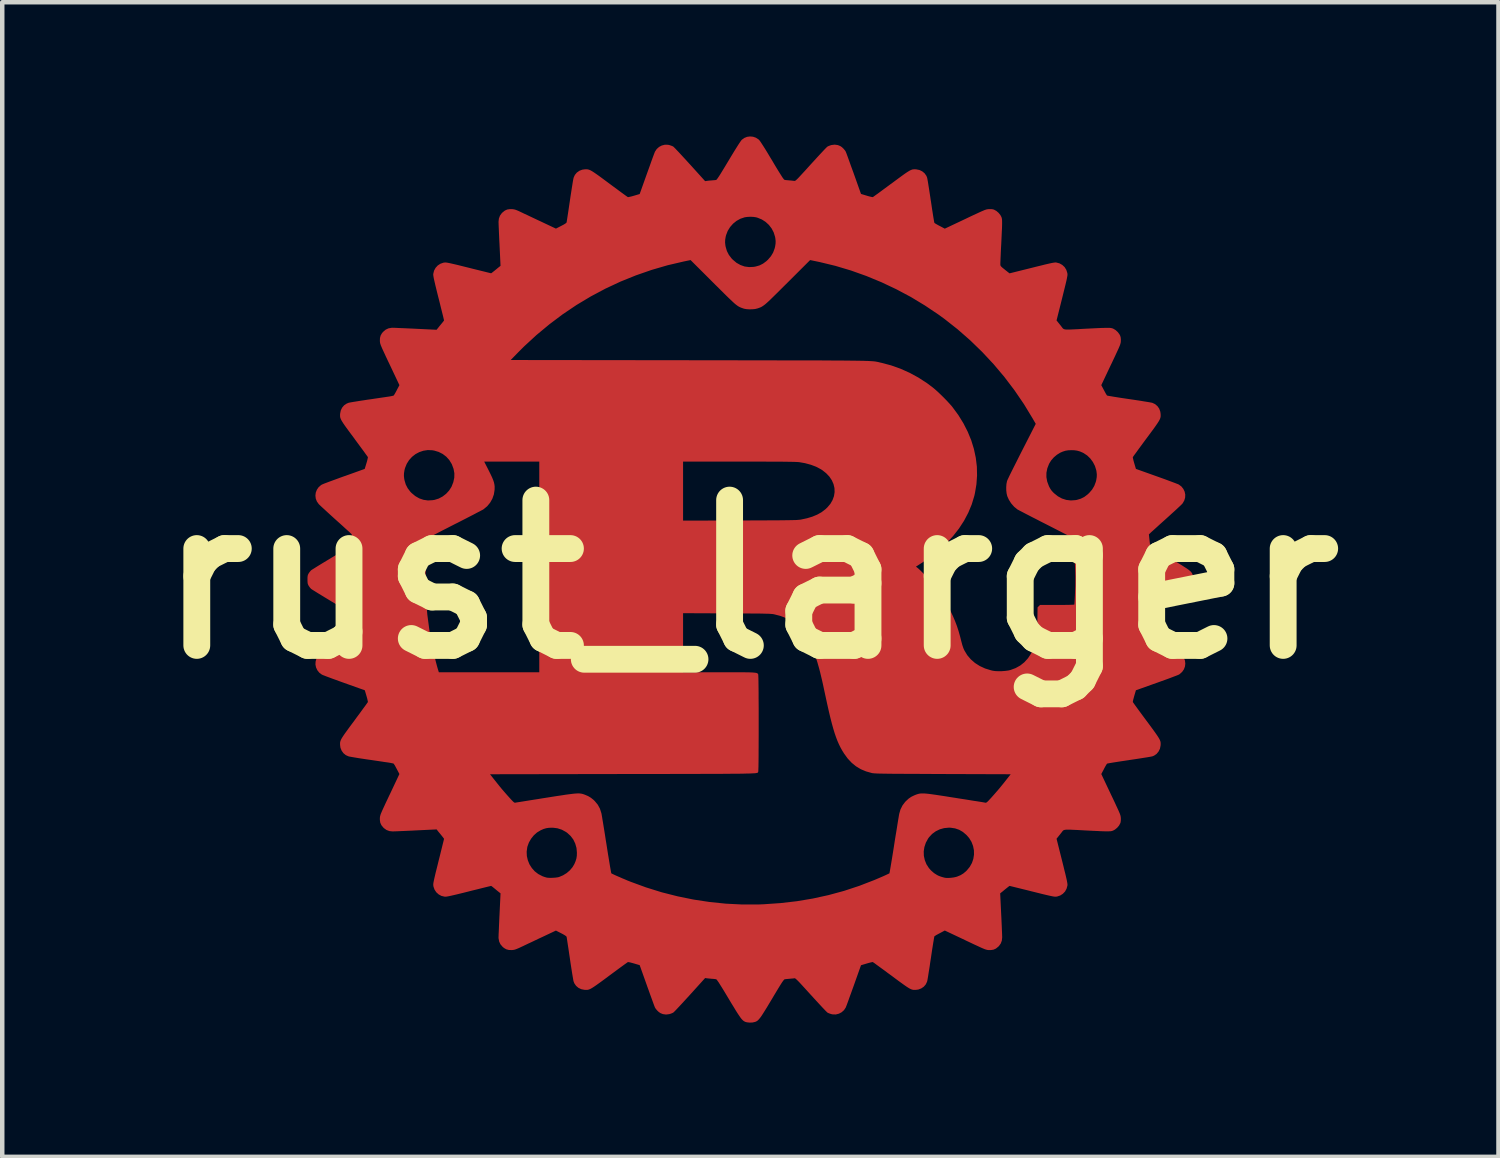
<source format=kicad_pcb>
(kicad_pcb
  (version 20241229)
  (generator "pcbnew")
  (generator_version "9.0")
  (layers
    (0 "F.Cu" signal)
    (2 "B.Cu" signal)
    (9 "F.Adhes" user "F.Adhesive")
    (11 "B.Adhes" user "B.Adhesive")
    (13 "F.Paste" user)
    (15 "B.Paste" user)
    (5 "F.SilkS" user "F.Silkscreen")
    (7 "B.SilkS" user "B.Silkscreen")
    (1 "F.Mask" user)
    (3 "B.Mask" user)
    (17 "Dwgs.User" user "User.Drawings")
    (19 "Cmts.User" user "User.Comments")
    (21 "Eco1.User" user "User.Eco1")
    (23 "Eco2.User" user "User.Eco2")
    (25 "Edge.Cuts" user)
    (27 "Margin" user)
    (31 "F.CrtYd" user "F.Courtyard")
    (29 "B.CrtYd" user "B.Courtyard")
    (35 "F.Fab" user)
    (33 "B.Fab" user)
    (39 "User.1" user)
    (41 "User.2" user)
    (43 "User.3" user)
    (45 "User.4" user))
  (footprint "rust_larger"
    (layer "F.Cu")
    (at 13.722 9.905)
    (property "Reference" "rust_larger" (at 0 0 0) (layer "F.SilkS") (effects (font (size 3.248 3.248) (thickness 0.6))))
    (attr board_only exclude_from_pos_files exclude_from_bom)
    (fp_poly (pts (xy 0.06 -9.899) (xy 0.124 -9.877) (xy 0.18 -9.841) (xy 0.19 -9.832) (xy 0.205 -9.816) (xy 0.226 -9.787) (xy 0.253 -9.746) (xy 0.288 -9.692) (xy 0.331 -9.624) (xy 0.382 -9.541) (xy 0.441 -9.442) (xy 0.488 -9.365) (xy 0.545 -9.268) (xy 0.594 -9.187) (xy 0.635 -9.12) (xy 0.669 -9.066) (xy 0.696 -9.023) (xy 0.717 -8.99) (xy 0.734 -8.967) (xy 0.747 -8.95) (xy 0.757 -8.94) (xy 0.765 -8.935) (xy 0.769 -8.934) (xy 0.792 -8.93) (xy 0.827 -8.927) (xy 0.868 -8.923) (xy 0.874 -8.923) (xy 0.916 -8.919) (xy 0.953 -8.915) (xy 0.979 -8.912) (xy 0.982 -8.912) (xy 0.989 -8.911) (xy 0.996 -8.913) (xy 1.006 -8.917) (xy 1.018 -8.926) (xy 1.035 -8.941) (xy 1.057 -8.962) (xy 1.085 -8.991) (xy 1.121 -9.03) (xy 1.165 -9.078) (xy 1.22 -9.137) (xy 1.285 -9.209) (xy 1.35 -9.281) (xy 1.417 -9.354) (xy 1.48 -9.423) (xy 1.539 -9.487) (xy 1.592 -9.544) (xy 1.638 -9.593) (xy 1.675 -9.632) (xy 1.703 -9.66) (xy 1.719 -9.675) (xy 1.721 -9.677) (xy 1.749 -9.691) (xy 1.786 -9.705) (xy 1.812 -9.713) (xy 1.885 -9.722) (xy 1.956 -9.712) (xy 2.01 -9.69) (xy 2.047 -9.665) (xy 2.084 -9.63) (xy 2.117 -9.59) (xy 2.132 -9.565) (xy 2.138 -9.551) (xy 2.15 -9.52) (xy 2.167 -9.474) (xy 2.188 -9.416) (xy 2.213 -9.347) (xy 2.241 -9.268) (xy 2.272 -9.183) (xy 2.305 -9.093) (xy 2.31 -9.079) (xy 2.473 -8.62) (xy 2.599 -8.582) (xy 2.646 -8.568) (xy 2.687 -8.558) (xy 2.719 -8.551) (xy 2.736 -8.549) (xy 2.737 -8.549) (xy 2.748 -8.556) (xy 2.772 -8.573) (xy 2.809 -8.6) (xy 2.857 -8.634) (xy 2.915 -8.677) (xy 2.98 -8.725) (xy 3.052 -8.778) (xy 3.129 -8.835) (xy 3.152 -8.851) (xy 3.246 -8.921) (xy 3.326 -8.98) (xy 3.393 -9.029) (xy 3.45 -9.07) (xy 3.497 -9.102) (xy 3.535 -9.126) (xy 3.568 -9.145) (xy 3.595 -9.157) (xy 3.619 -9.166) (xy 3.642 -9.17) (xy 3.664 -9.171) (xy 3.687 -9.171) (xy 3.711 -9.169) (xy 3.78 -9.155) (xy 3.842 -9.125) (xy 3.894 -9.082) (xy 3.934 -9.026) (xy 3.95 -8.987) (xy 3.954 -8.969) (xy 3.961 -8.933) (xy 3.97 -8.882) (xy 3.98 -8.818) (xy 3.992 -8.743) (xy 4.005 -8.659) (xy 4.019 -8.568) (xy 4.033 -8.472) (xy 4.035 -8.463) (xy 4.049 -8.369) (xy 4.062 -8.28) (xy 4.075 -8.199) (xy 4.086 -8.127) (xy 4.096 -8.067) (xy 4.104 -8.02) (xy 4.11 -7.988) (xy 4.114 -7.974) (xy 4.114 -7.973) (xy 4.126 -7.964) (xy 4.152 -7.948) (xy 4.187 -7.928) (xy 4.23 -7.905) (xy 4.235 -7.903) (xy 4.346 -7.844) (xy 4.803 -8.06) (xy 4.905 -8.109) (xy 4.99 -8.149) (xy 5.062 -8.182) (xy 5.12 -8.209) (xy 5.168 -8.231) (xy 5.206 -8.247) (xy 5.236 -8.26) (xy 5.261 -8.268) (xy 5.28 -8.274) (xy 5.297 -8.277) (xy 5.313 -8.279) (xy 5.329 -8.281) (xy 5.331 -8.281) (xy 5.382 -8.281) (xy 5.423 -8.276) (xy 5.448 -8.268) (xy 5.499 -8.24) (xy 5.547 -8.199) (xy 5.587 -8.15) (xy 5.607 -8.114) (xy 5.613 -8.1) (xy 5.618 -8.085) (xy 5.622 -8.069) (xy 5.625 -8.05) (xy 5.626 -8.025) (xy 5.627 -7.994) (xy 5.627 -7.954) (xy 5.626 -7.904) (xy 5.624 -7.843) (xy 5.62 -7.768) (xy 5.616 -7.678) (xy 5.611 -7.571) (xy 5.607 -7.487) (xy 5.602 -7.399) (xy 5.598 -7.317) (xy 5.595 -7.241) (xy 5.592 -7.175) (xy 5.59 -7.12) (xy 5.588 -7.079) (xy 5.588 -7.055) (xy 5.588 -7.052) (xy 5.588 -7.034) (xy 5.591 -7.02) (xy 5.599 -7.006) (xy 5.614 -6.99) (xy 5.638 -6.968) (xy 5.675 -6.939) (xy 5.69 -6.926) (xy 5.793 -6.845) (xy 6.291 -6.969) (xy 6.402 -6.997) (xy 6.497 -7.02) (xy 6.576 -7.04) (xy 6.641 -7.055) (xy 6.693 -7.067) (xy 6.735 -7.076) (xy 6.768 -7.082) (xy 6.793 -7.086) (xy 6.813 -7.088) (xy 6.828 -7.088) (xy 6.839 -7.087) (xy 6.91 -7.068) (xy 6.972 -7.033) (xy 7.024 -6.985) (xy 7.062 -6.924) (xy 7.084 -6.855) (xy 7.087 -6.839) (xy 7.088 -6.826) (xy 7.088 -6.81) (xy 7.086 -6.79) (xy 7.081 -6.763) (xy 7.075 -6.73) (xy 7.066 -6.686) (xy 7.053 -6.632) (xy 7.037 -6.565) (xy 7.017 -6.484) (xy 6.993 -6.387) (xy 6.969 -6.29) (xy 6.844 -5.792) (xy 6.868 -5.763) (xy 6.884 -5.743) (xy 6.909 -5.712) (xy 6.937 -5.677) (xy 6.949 -5.661) (xy 6.963 -5.643) (xy 6.974 -5.628) (xy 6.984 -5.616) (xy 6.996 -5.606) (xy 7.009 -5.599) (xy 7.028 -5.593) (xy 7.052 -5.59) (xy 7.085 -5.589) (xy 7.127 -5.589) (xy 7.181 -5.591) (xy 7.248 -5.594) (xy 7.33 -5.598) (xy 7.429 -5.604) (xy 7.488 -5.607) (xy 7.607 -5.613) (xy 7.709 -5.618) (xy 7.794 -5.622) (xy 7.864 -5.625) (xy 7.922 -5.626) (xy 7.968 -5.627) (xy 8.005 -5.627) (xy 8.034 -5.626) (xy 8.057 -5.624) (xy 8.075 -5.62) (xy 8.091 -5.616) (xy 8.105 -5.611) (xy 8.114 -5.607) (xy 8.164 -5.577) (xy 8.211 -5.534) (xy 8.249 -5.484) (xy 8.268 -5.448) (xy 8.278 -5.41) (xy 8.282 -5.368) (xy 8.281 -5.331) (xy 8.28 -5.315) (xy 8.278 -5.299) (xy 8.274 -5.282) (xy 8.269 -5.263) (xy 8.261 -5.239) (xy 8.249 -5.21) (xy 8.233 -5.172) (xy 8.212 -5.126) (xy 8.185 -5.068) (xy 8.153 -4.998) (xy 8.113 -4.914) (xy 8.066 -4.814) (xy 8.06 -4.803) (xy 7.844 -4.346) (xy 7.903 -4.235) (xy 7.926 -4.192) (xy 7.946 -4.155) (xy 7.963 -4.128) (xy 7.972 -4.115) (xy 7.973 -4.114) (xy 7.985 -4.111) (xy 8.014 -4.105) (xy 8.059 -4.098) (xy 8.117 -4.088) (xy 8.187 -4.077) (xy 8.267 -4.064) (xy 8.355 -4.051) (xy 8.449 -4.037) (xy 8.463 -4.035) (xy 8.559 -4.021) (xy 8.651 -4.007) (xy 8.736 -3.994) (xy 8.812 -3.981) (xy 8.877 -3.971) (xy 8.929 -3.962) (xy 8.966 -3.955) (xy 8.986 -3.95) (xy 8.987 -3.95) (xy 9.048 -3.921) (xy 9.1 -3.876) (xy 9.139 -3.82) (xy 9.163 -3.754) (xy 9.169 -3.711) (xy 9.171 -3.685) (xy 9.171 -3.662) (xy 9.17 -3.64) (xy 9.165 -3.618) (xy 9.157 -3.594) (xy 9.144 -3.566) (xy 9.125 -3.533) (xy 9.1 -3.494) (xy 9.067 -3.446) (xy 9.027 -3.389) (xy 8.977 -3.321) (xy 8.917 -3.24) (xy 8.851 -3.151) (xy 8.793 -3.073) (xy 8.739 -2.999) (xy 8.689 -2.932) (xy 8.646 -2.872) (xy 8.609 -2.821) (xy 8.579 -2.781) (xy 8.56 -2.753) (xy 8.55 -2.739) (xy 8.549 -2.737) (xy 8.55 -2.724) (xy 8.556 -2.695) (xy 8.565 -2.656) (xy 8.578 -2.61) (xy 8.581 -2.6) (xy 8.618 -2.474) (xy 9.078 -2.31) (xy 9.17 -2.277) (xy 9.257 -2.246) (xy 9.338 -2.216) (xy 9.41 -2.189) (xy 9.472 -2.166) (xy 9.521 -2.147) (xy 9.557 -2.133) (xy 9.576 -2.125) (xy 9.577 -2.124) (xy 9.635 -2.081) (xy 9.678 -2.027) (xy 9.707 -1.966) (xy 9.721 -1.9) (xy 9.718 -1.833) (xy 9.699 -1.768) (xy 9.664 -1.707) (xy 9.648 -1.688) (xy 9.632 -1.672) (xy 9.603 -1.644) (xy 9.563 -1.607) (xy 9.514 -1.561) (xy 9.457 -1.509) (xy 9.394 -1.452) (xy 9.327 -1.391) (xy 9.284 -1.352) (xy 9.216 -1.291) (xy 9.151 -1.233) (xy 9.092 -1.179) (xy 9.04 -1.132) (xy 8.997 -1.093) (xy 8.963 -1.063) (xy 8.942 -1.043) (xy 8.935 -1.036) (xy 8.908 -1.011) (xy 8.922 -0.88) (xy 8.927 -0.832) (xy 8.933 -0.79) (xy 8.938 -0.76) (xy 8.943 -0.744) (xy 8.944 -0.742) (xy 8.953 -0.736) (xy 8.978 -0.721) (xy 9.017 -0.697) (xy 9.067 -0.667) (xy 9.128 -0.63) (xy 9.197 -0.588) (xy 9.274 -0.542) (xy 9.356 -0.493) (xy 9.378 -0.48) (xy 9.48 -0.419) (xy 9.567 -0.366) (xy 9.64 -0.322) (xy 9.699 -0.284) (xy 9.748 -0.253) (xy 9.787 -0.226) (xy 9.817 -0.202) (xy 9.84 -0.182) (xy 9.857 -0.163) (xy 9.869 -0.145) (xy 9.879 -0.127) (xy 9.886 -0.107) (xy 9.889 -0.1) (xy 9.901 -0.041) (xy 9.903 0.024) (xy 9.893 0.086) (xy 9.889 0.1) (xy 9.881 0.12) (xy 9.873 0.139) (xy 9.862 0.157) (xy 9.846 0.175) (xy 9.826 0.195) (xy 9.799 0.217) (xy 9.764 0.242) (xy 9.719 0.272) (xy 9.664 0.307) (xy 9.597 0.349) (xy 9.516 0.398) (xy 9.42 0.455) (xy 9.371 0.485) (xy 9.268 0.547) (xy 9.18 0.6) (xy 9.108 0.644) (xy 9.05 0.68) (xy 9.004 0.71) (xy 8.971 0.732) (xy 8.949 0.749) (xy 8.936 0.76) (xy 8.933 0.765) (xy 8.931 0.783) (xy 8.927 0.816) (xy 8.922 0.858) (xy 8.919 0.899) (xy 8.908 1.011) (xy 8.935 1.036) (xy 8.948 1.048) (xy 8.973 1.071) (xy 9.01 1.105) (xy 9.057 1.147) (xy 9.111 1.196) (xy 9.172 1.252) (xy 9.238 1.311) (xy 9.284 1.352) (xy 9.353 1.414) (xy 9.418 1.474) (xy 9.479 1.53) (xy 9.533 1.58) (xy 9.579 1.622) (xy 9.615 1.656) (xy 9.639 1.679) (xy 9.648 1.688) (xy 9.689 1.746) (xy 9.714 1.81) (xy 9.722 1.877) (xy 9.714 1.944) (xy 9.69 2.007) (xy 9.651 2.063) (xy 9.598 2.111) (xy 9.577 2.124) (xy 9.56 2.132) (xy 9.527 2.145) (xy 9.479 2.163) (xy 9.419 2.186) (xy 9.348 2.213) (xy 9.268 2.242) (xy 9.181 2.273) (xy 9.09 2.306) (xy 9.078 2.31) (xy 8.618 2.474) (xy 8.581 2.599) (xy 8.568 2.647) (xy 8.557 2.688) (xy 8.551 2.719) (xy 8.549 2.735) (xy 8.549 2.737) (xy 8.556 2.747) (xy 8.573 2.771) (xy 8.599 2.808) (xy 8.634 2.856) (xy 8.676 2.914) (xy 8.724 2.979) (xy 8.777 3.051) (xy 8.834 3.128) (xy 8.851 3.151) (xy 8.921 3.245) (xy 8.98 3.325) (xy 9.029 3.393) (xy 9.069 3.449) (xy 9.101 3.496) (xy 9.126 3.535) (xy 9.145 3.568) (xy 9.157 3.595) (xy 9.166 3.619) (xy 9.17 3.642) (xy 9.171 3.664) (xy 9.171 3.687) (xy 9.169 3.711) (xy 9.155 3.78) (xy 9.125 3.842) (xy 9.081 3.895) (xy 9.026 3.934) (xy 8.987 3.95) (xy 8.969 3.954) (xy 8.933 3.961) (xy 8.882 3.97) (xy 8.818 3.98) (xy 8.743 3.992) (xy 8.659 4.005) (xy 8.568 4.019) (xy 8.472 4.033) (xy 8.463 4.035) (xy 8.369 4.049) (xy 8.28 4.062) (xy 8.199 4.075) (xy 8.127 4.086) (xy 8.067 4.096) (xy 8.02 4.104) (xy 7.988 4.11) (xy 7.974 4.114) (xy 7.973 4.114) (xy 7.964 4.126) (xy 7.948 4.152) (xy 7.928 4.187) (xy 7.905 4.23) (xy 7.903 4.235) (xy 7.844 4.346) (xy 8.06 4.803) (xy 8.109 4.905) (xy 8.149 4.99) (xy 8.182 5.062) (xy 8.209 5.12) (xy 8.231 5.168) (xy 8.247 5.206) (xy 8.26 5.236) (xy 8.268 5.261) (xy 8.274 5.28) (xy 8.277 5.297) (xy 8.279 5.313) (xy 8.281 5.329) (xy 8.281 5.331) (xy 8.281 5.382) (xy 8.276 5.423) (xy 8.268 5.448) (xy 8.24 5.499) (xy 8.199 5.547) (xy 8.15 5.587) (xy 8.114 5.607) (xy 8.1 5.613) (xy 8.085 5.618) (xy 8.069 5.622) (xy 8.049 5.625) (xy 8.024 5.626) (xy 7.992 5.627) (xy 7.952 5.627) (xy 7.901 5.626) (xy 7.839 5.624) (xy 7.763 5.62) (xy 7.672 5.616) (xy 7.565 5.611) (xy 7.488 5.607) (xy 7.38 5.601) (xy 7.289 5.596) (xy 7.214 5.593) (xy 7.154 5.59) (xy 7.106 5.589) (xy 7.068 5.589) (xy 7.04 5.592) (xy 7.018 5.596) (xy 7.002 5.602) (xy 6.99 5.61) (xy 6.98 5.621) (xy 6.969 5.635) (xy 6.957 5.651) (xy 6.949 5.661) (xy 6.921 5.697) (xy 6.894 5.73) (xy 6.874 5.756) (xy 6.868 5.763) (xy 6.844 5.792) (xy 6.969 6.29) (xy 6.997 6.402) (xy 7.02 6.497) (xy 7.04 6.576) (xy 7.055 6.641) (xy 7.067 6.693) (xy 7.076 6.735) (xy 7.082 6.768) (xy 7.086 6.793) (xy 7.088 6.812) (xy 7.088 6.828) (xy 7.087 6.839) (xy 7.068 6.909) (xy 7.034 6.972) (xy 6.985 7.023) (xy 6.926 7.061) (xy 6.857 7.084) (xy 6.835 7.087) (xy 6.822 7.088) (xy 6.805 7.087) (xy 6.784 7.085) (xy 6.756 7.08) (xy 6.721 7.073) (xy 6.675 7.063) (xy 6.619 7.05) (xy 6.55 7.034) (xy 6.466 7.013) (xy 6.366 6.988) (xy 6.293 6.97) (xy 6.198 6.946) (xy 6.109 6.924) (xy 6.028 6.904) (xy 5.955 6.886) (xy 5.894 6.871) (xy 5.846 6.859) (xy 5.813 6.851) (xy 5.796 6.847) (xy 5.795 6.847) (xy 5.784 6.853) (xy 5.763 6.869) (xy 5.734 6.892) (xy 5.714 6.908) (xy 5.678 6.937) (xy 5.646 6.964) (xy 5.62 6.985) (xy 5.612 6.991) (xy 5.584 7.013) (xy 5.606 7.47) (xy 5.611 7.565) (xy 5.615 7.657) (xy 5.619 7.742) (xy 5.622 7.819) (xy 5.625 7.885) (xy 5.627 7.939) (xy 5.628 7.977) (xy 5.629 7.995) (xy 5.621 8.069) (xy 5.597 8.134) (xy 5.556 8.191) (xy 5.539 8.207) (xy 5.488 8.248) (xy 5.434 8.272) (xy 5.374 8.281) (xy 5.331 8.281) (xy 5.315 8.28) (xy 5.299 8.278) (xy 5.282 8.274) (xy 5.263 8.269) (xy 5.239 8.261) (xy 5.21 8.249) (xy 5.172 8.233) (xy 5.126 8.212) (xy 5.068 8.185) (xy 4.998 8.153) (xy 4.914 8.113) (xy 4.814 8.066) (xy 4.803 8.06) (xy 4.346 7.844) (xy 4.235 7.903) (xy 4.192 7.926) (xy 4.155 7.946) (xy 4.129 7.963) (xy 4.115 7.972) (xy 4.114 7.973) (xy 4.111 7.985) (xy 4.105 8.014) (xy 4.098 8.059) (xy 4.088 8.117) (xy 4.077 8.187) (xy 4.064 8.267) (xy 4.051 8.355) (xy 4.037 8.449) (xy 4.035 8.463) (xy 4.02 8.559) (xy 4.007 8.651) (xy 3.993 8.736) (xy 3.981 8.812) (xy 3.971 8.877) (xy 3.962 8.929) (xy 3.955 8.966) (xy 3.95 8.986) (xy 3.95 8.987) (xy 3.921 9.048) (xy 3.876 9.1) (xy 3.82 9.138) (xy 3.755 9.163) (xy 3.711 9.169) (xy 3.685 9.171) (xy 3.662 9.171) (xy 3.64 9.17) (xy 3.618 9.165) (xy 3.594 9.157) (xy 3.566 9.144) (xy 3.533 9.125) (xy 3.494 9.1) (xy 3.446 9.067) (xy 3.389 9.026) (xy 3.321 8.977) (xy 3.24 8.917) (xy 3.152 8.851) (xy 3.073 8.794) (xy 3 8.739) (xy 2.932 8.69) (xy 2.872 8.646) (xy 2.821 8.609) (xy 2.781 8.579) (xy 2.753 8.56) (xy 2.739 8.55) (xy 2.737 8.549) (xy 2.724 8.55) (xy 2.695 8.556) (xy 2.656 8.566) (xy 2.609 8.579) (xy 2.599 8.582) (xy 2.473 8.62) (xy 2.31 9.079) (xy 2.277 9.17) (xy 2.246 9.256) (xy 2.217 9.335) (xy 2.192 9.406) (xy 2.17 9.466) (xy 2.152 9.514) (xy 2.139 9.547) (xy 2.133 9.564) (xy 2.132 9.565) (xy 2.093 9.624) (xy 2.04 9.671) (xy 1.979 9.703) (xy 1.912 9.72) (xy 1.842 9.719) (xy 1.812 9.713) (xy 1.775 9.701) (xy 1.739 9.687) (xy 1.721 9.677) (xy 1.709 9.665) (xy 1.684 9.641) (xy 1.65 9.605) (xy 1.606 9.559) (xy 1.555 9.504) (xy 1.498 9.442) (xy 1.435 9.374) (xy 1.37 9.302) (xy 1.35 9.281) (xy 1.275 9.198) (xy 1.211 9.128) (xy 1.158 9.07) (xy 1.115 9.023) (xy 1.081 8.987) (xy 1.053 8.959) (xy 1.032 8.939) (xy 1.016 8.925) (xy 1.004 8.916) (xy 0.995 8.912) (xy 0.988 8.911) (xy 0.982 8.912) (xy 0.958 8.915) (xy 0.922 8.918) (xy 0.88 8.922) (xy 0.874 8.923) (xy 0.833 8.926) (xy 0.797 8.93) (xy 0.772 8.933) (xy 0.769 8.934) (xy 0.762 8.936) (xy 0.754 8.943) (xy 0.743 8.955) (xy 0.729 8.974) (xy 0.71 9) (xy 0.687 9.036) (xy 0.658 9.082) (xy 0.622 9.141) (xy 0.579 9.212) (xy 0.527 9.299) (xy 0.488 9.365) (xy 0.425 9.469) (xy 0.372 9.558) (xy 0.326 9.632) (xy 0.287 9.694) (xy 0.255 9.744) (xy 0.227 9.784) (xy 0.202 9.815) (xy 0.181 9.839) (xy 0.162 9.857) (xy 0.143 9.87) (xy 0.124 9.88) (xy 0.104 9.887) (xy 0.101 9.888) (xy 0.047 9.9) (xy -0.015 9.902) (xy -0.075 9.896) (xy -0.106 9.888) (xy -0.125 9.88) (xy -0.143 9.87) (xy -0.161 9.857) (xy -0.18 9.839) (xy -0.202 9.815) (xy -0.226 9.783) (xy -0.254 9.742) (xy -0.288 9.691) (xy -0.327 9.629) (xy -0.373 9.553) (xy -0.428 9.464) (xy -0.487 9.365) (xy -0.548 9.263) (xy -0.6 9.177) (xy -0.644 9.106) (xy -0.68 9.049) (xy -0.708 9.004) (xy -0.731 8.972) (xy -0.747 8.949) (xy -0.759 8.937) (xy -0.765 8.933) (xy -0.785 8.93) (xy -0.818 8.926) (xy -0.856 8.923) (xy -0.86 8.923) (xy -0.902 8.919) (xy -0.942 8.915) (xy -0.972 8.912) (xy -1.011 8.906) (xy -1.35 9.281) (xy -1.417 9.354) (xy -1.48 9.423) (xy -1.539 9.487) (xy -1.592 9.544) (xy -1.638 9.593) (xy -1.675 9.632) (xy -1.703 9.66) (xy -1.719 9.675) (xy -1.721 9.677) (xy -1.749 9.691) (xy -1.786 9.705) (xy -1.812 9.713) (xy -1.885 9.722) (xy -1.956 9.712) (xy -2.01 9.69) (xy -2.047 9.665) (xy -2.084 9.63) (xy -2.117 9.59) (xy -2.132 9.565) (xy -2.138 9.551) (xy -2.15 9.52) (xy -2.167 9.474) (xy -2.188 9.416) (xy -2.213 9.347) (xy -2.242 9.268) (xy -2.272 9.183) (xy -2.305 9.093) (xy -2.31 9.078) (xy -2.474 8.618) (xy -2.599 8.581) (xy -2.646 8.568) (xy -2.687 8.557) (xy -2.718 8.551) (xy -2.735 8.549) (xy -2.737 8.549) (xy -2.747 8.556) (xy -2.771 8.573) (xy -2.808 8.599) (xy -2.856 8.634) (xy -2.914 8.676) (xy -2.979 8.724) (xy -3.051 8.777) (xy -3.128 8.834) (xy -3.151 8.851) (xy -3.245 8.921) (xy -3.325 8.98) (xy -3.393 9.029) (xy -3.449 9.069) (xy -3.496 9.101) (xy -3.535 9.126) (xy -3.568 9.145) (xy -3.595 9.157) (xy -3.619 9.166) (xy -3.642 9.17) (xy -3.664 9.171) (xy -3.687 9.171) (xy -3.711 9.169) (xy -3.781 9.155) (xy -3.843 9.125) (xy -3.895 9.081) (xy -3.934 9.025) (xy -3.951 8.982) (xy -3.956 8.962) (xy -3.962 8.925) (xy -3.971 8.874) (xy -3.982 8.809) (xy -3.994 8.733) (xy -4.007 8.649) (xy -4.021 8.559) (xy -4.034 8.468) (xy -4.048 8.375) (xy -4.061 8.287) (xy -4.073 8.206) (xy -4.084 8.135) (xy -4.093 8.076) (xy -4.1 8.029) (xy -4.105 7.998) (xy -4.107 7.985) (xy -4.107 7.985) (xy -4.118 7.971) (xy -4.146 7.951) (xy -4.192 7.924) (xy -4.229 7.905) (xy -4.346 7.845) (xy -4.647 7.987) (xy -4.727 8.024) (xy -4.809 8.063) (xy -4.89 8.102) (xy -4.966 8.137) (xy -5.033 8.169) (xy -5.087 8.195) (xy -5.103 8.202) (xy -5.162 8.23) (xy -5.206 8.249) (xy -5.241 8.263) (xy -5.269 8.272) (xy -5.294 8.277) (xy -5.321 8.28) (xy -5.331 8.281) (xy -5.398 8.279) (xy -5.455 8.264) (xy -5.507 8.234) (xy -5.539 8.207) (xy -5.586 8.152) (xy -5.615 8.09) (xy -5.628 8.019) (xy -5.629 7.995) (xy -5.628 7.971) (xy -5.627 7.93) (xy -5.624 7.874) (xy -5.621 7.805) (xy -5.618 7.727) (xy -5.614 7.64) (xy -5.61 7.548) (xy -5.606 7.47) (xy -5.584 7.013) (xy -5.612 6.991) (xy -5.632 6.975) (xy -5.662 6.951) (xy -5.697 6.922) (xy -5.714 6.908) (xy -5.746 6.882) (xy -5.772 6.861) (xy -5.79 6.849) (xy -5.795 6.847) (xy -5.805 6.849) (xy -5.833 6.856) (xy -5.876 6.866) (xy -5.933 6.88) (xy -6.001 6.897) (xy -6.08 6.917) (xy -6.166 6.938) (xy -6.259 6.961) (xy -6.293 6.97) (xy -6.404 6.998) (xy -6.498 7.021) (xy -6.576 7.04) (xy -6.641 7.055) (xy -6.693 7.067) (xy -6.734 7.076) (xy -6.767 7.082) (xy -6.792 7.086) (xy -6.811 7.088) (xy -6.827 7.088) (xy -6.835 7.087) (xy -6.906 7.07) (xy -6.968 7.036) (xy -7.02 6.989) (xy -7.059 6.93) (xy -7.083 6.862) (xy -7.087 6.835) (xy -7.088 6.822) (xy -7.087 6.805) (xy -7.085 6.784) (xy -7.08 6.756) (xy -7.073 6.721) (xy -7.063 6.676) (xy -7.05 6.62) (xy -7.034 6.55) (xy -7.013 6.467) (xy -6.988 6.367) (xy -6.97 6.293) (xy -6.946 6.198) (xy -6.924 6.109) (xy -6.917 6.08) (xy -5 6.08) (xy -4.996 6.179) (xy -4.974 6.274) (xy -4.937 6.365) (xy -4.884 6.448) (xy -4.819 6.521) (xy -4.74 6.582) (xy -4.651 6.628) (xy -4.637 6.634) (xy -4.6 6.647) (xy -4.562 6.658) (xy -4.547 6.662) (xy -4.51 6.666) (xy -4.46 6.667) (xy -4.405 6.665) (xy -4.35 6.661) (xy -4.302 6.654) (xy -4.275 6.647) (xy -4.189 6.611) (xy -4.107 6.561) (xy -4.035 6.499) (xy -3.975 6.428) (xy -3.934 6.359) (xy -3.906 6.292) (xy -3.888 6.233) (xy -3.879 6.172) (xy -3.877 6.105) (xy -3.886 6) (xy -3.914 5.901) (xy -3.957 5.811) (xy -4.017 5.731) (xy -4.091 5.663) (xy -4.12 5.642) (xy -4.213 5.591) (xy -4.311 5.559) (xy -4.412 5.546) (xy -4.429 5.546) (xy -4.501 5.548) (xy -4.562 5.557) (xy -4.621 5.574) (xy -4.685 5.602) (xy -4.688 5.604) (xy -4.768 5.652) (xy -4.84 5.716) (xy -4.901 5.792) (xy -4.95 5.877) (xy -4.983 5.967) (xy -4.986 5.98) (xy -5 6.08) (xy -6.917 6.08) (xy -6.904 6.028) (xy -6.886 5.955) (xy -6.871 5.894) (xy -6.859 5.846) (xy -6.851 5.813) (xy -6.847 5.796) (xy -6.847 5.795) (xy -6.853 5.784) (xy -6.869 5.763) (xy -6.892 5.734) (xy -6.908 5.714) (xy -6.937 5.678) (xy -6.964 5.646) (xy -6.985 5.62) (xy -6.991 5.612) (xy -7.013 5.584) (xy -7.47 5.606) (xy -7.565 5.611) (xy -7.656 5.615) (xy -7.742 5.619) (xy -7.819 5.622) (xy -7.885 5.625) (xy -7.939 5.627) (xy -7.977 5.628) (xy -7.995 5.629) (xy -8.069 5.621) (xy -8.133 5.597) (xy -8.19 5.556) (xy -8.207 5.539) (xy -8.248 5.488) (xy -8.272 5.434) (xy -8.281 5.374) (xy -8.281 5.331) (xy -8.28 5.315) (xy -8.278 5.299) (xy -8.274 5.282) (xy -8.269 5.263) (xy -8.261 5.239) (xy -8.249 5.21) (xy -8.233 5.172) (xy -8.212 5.126) (xy -8.185 5.068) (xy -8.153 4.998) (xy -8.113 4.914) (xy -8.066 4.814) (xy -8.06 4.803) (xy -7.847 4.351) (xy -5.819 4.351) (xy -5.71 4.489) (xy -5.65 4.564) (xy -5.598 4.629) (xy -5.549 4.688) (xy -5.499 4.746) (xy -5.444 4.809) (xy -5.383 4.877) (xy -5.343 4.921) (xy -5.313 4.952) (xy -5.292 4.972) (xy -5.276 4.983) (xy -5.264 4.987) (xy -5.255 4.987) (xy -5.241 4.984) (xy -5.21 4.979) (xy -5.163 4.972) (xy -5.101 4.962) (xy -5.027 4.95) (xy -4.941 4.936) (xy -4.847 4.921) (xy -4.744 4.905) (xy -4.635 4.887) (xy -4.576 4.878) (xy -4.438 4.856) (xy -4.318 4.837) (xy -4.215 4.822) (xy -4.126 4.808) (xy -4.05 4.798) (xy -3.987 4.79) (xy -3.933 4.784) (xy -3.888 4.781) (xy -3.851 4.779) (xy -3.819 4.78) (xy -3.792 4.783) (xy -3.767 4.787) (xy -3.744 4.793) (xy -3.72 4.801) (xy -3.7 4.808) (xy -3.627 4.839) (xy -3.565 4.876) (xy -3.506 4.923) (xy -3.476 4.953) (xy -3.411 5.031) (xy -3.363 5.119) (xy -3.331 5.218) (xy -3.326 5.24) (xy -3.322 5.264) (xy -3.315 5.304) (xy -3.306 5.361) (xy -3.294 5.431) (xy -3.281 5.512) (xy -3.266 5.604) (xy -3.25 5.703) (xy -3.234 5.808) (xy -3.216 5.918) (xy -3.213 5.938) (xy -3.196 6.046) (xy -3.18 6.148) (xy -3.164 6.243) (xy -3.15 6.328) (xy -3.138 6.403) (xy -3.127 6.466) (xy -3.118 6.515) (xy -3.112 6.548) (xy -3.109 6.564) (xy -3.108 6.565) (xy -3.096 6.572) (xy -3.069 6.585) (xy -3.029 6.604) (xy -2.98 6.626) (xy -2.924 6.65) (xy -2.865 6.676) (xy -2.805 6.701) (xy -2.747 6.726) (xy -2.693 6.747) (xy -2.674 6.755) (xy -2.332 6.88) (xy -1.983 6.989) (xy -1.628 7.079) (xy -1.27 7.152) (xy -0.908 7.207) (xy -0.546 7.244) (xy -0.184 7.262) (xy 0.176 7.262) (xy 0.298 7.257) (xy 0.673 7.231) (xy 1.039 7.189) (xy 1.397 7.129) (xy 1.748 7.052) (xy 2.094 6.958) (xy 2.436 6.845) (xy 2.775 6.714) (xy 2.955 6.637) (xy 3.004 6.615) (xy 3.047 6.595) (xy 3.081 6.579) (xy 3.103 6.569) (xy 3.108 6.565) (xy 3.111 6.555) (xy 3.116 6.527) (xy 3.124 6.482) (xy 3.134 6.424) (xy 3.146 6.352) (xy 3.16 6.269) (xy 3.175 6.177) (xy 3.191 6.078) (xy 3.191 6.077) (xy 3.875 6.077) (xy 3.878 6.175) (xy 3.899 6.271) (xy 3.936 6.363) (xy 3.991 6.448) (xy 4.038 6.501) (xy 4.105 6.56) (xy 4.171 6.602) (xy 4.176 6.605) (xy 4.213 6.623) (xy 4.248 6.636) (xy 4.285 6.648) (xy 4.333 6.661) (xy 4.351 6.665) (xy 4.386 6.669) (xy 4.433 6.669) (xy 4.487 6.665) (xy 4.542 6.658) (xy 4.59 6.648) (xy 4.621 6.639) (xy 4.696 6.608) (xy 4.759 6.57) (xy 4.818 6.521) (xy 4.839 6.5) (xy 4.904 6.421) (xy 4.953 6.334) (xy 4.984 6.242) (xy 4.999 6.146) (xy 4.997 6.05) (xy 4.978 5.955) (xy 4.943 5.863) (xy 4.891 5.778) (xy 4.831 5.709) (xy 4.751 5.641) (xy 4.667 5.592) (xy 4.576 5.561) (xy 4.476 5.546) (xy 4.434 5.545) (xy 4.331 5.555) (xy 4.234 5.582) (xy 4.144 5.626) (xy 4.063 5.685) (xy 3.994 5.759) (xy 3.972 5.79) (xy 3.922 5.882) (xy 3.89 5.978) (xy 3.875 6.077) (xy 3.191 6.077) (xy 3.208 5.971) (xy 3.213 5.938) (xy 3.23 5.828) (xy 3.247 5.722) (xy 3.264 5.621) (xy 3.279 5.528) (xy 3.292 5.445) (xy 3.304 5.372) (xy 3.314 5.314) (xy 3.321 5.27) (xy 3.326 5.243) (xy 3.326 5.24) (xy 3.355 5.139) (xy 3.4 5.049) (xy 3.46 4.969) (xy 3.476 4.953) (xy 3.535 4.898) (xy 3.594 4.857) (xy 3.661 4.824) (xy 3.7 4.808) (xy 3.725 4.799) (xy 3.749 4.792) (xy 3.772 4.786) (xy 3.797 4.782) (xy 3.826 4.78) (xy 3.858 4.78) (xy 3.897 4.781) (xy 3.944 4.785) (xy 3.999 4.791) (xy 4.066 4.8) (xy 4.144 4.811) (xy 4.236 4.825) (xy 4.343 4.841) (xy 4.466 4.861) (xy 4.576 4.878) (xy 4.687 4.896) (xy 4.793 4.912) (xy 4.892 4.928) (xy 4.983 4.943) (xy 5.063 4.955) (xy 5.132 4.966) (xy 5.187 4.975) (xy 5.227 4.982) (xy 5.25 4.986) (xy 5.255 4.987) (xy 5.266 4.987) (xy 5.278 4.982) (xy 5.294 4.97) (xy 5.316 4.949) (xy 5.347 4.916) (xy 5.383 4.877) (xy 5.447 4.805) (xy 5.501 4.743) (xy 5.551 4.685) (xy 5.6 4.626) (xy 5.653 4.561) (xy 5.71 4.489) (xy 5.819 4.351) (xy 4.304 4.346) (xy 4.101 4.345) (xy 3.916 4.344) (xy 3.75 4.343) (xy 3.6 4.343) (xy 3.465 4.342) (xy 3.346 4.341) (xy 3.24 4.341) (xy 3.148 4.34) (xy 3.067 4.339) (xy 2.998 4.338) (xy 2.939 4.337) (xy 2.889 4.336) (xy 2.847 4.335) (xy 2.813 4.333) (xy 2.785 4.332) (xy 2.762 4.33) (xy 2.744 4.328) (xy 2.73 4.327) (xy 2.718 4.324) (xy 2.716 4.324) (xy 2.585 4.287) (xy 2.468 4.238) (xy 2.362 4.174) (xy 2.265 4.095) (xy 2.176 4) (xy 2.093 3.886) (xy 2.092 3.884) (xy 2.053 3.821) (xy 2.016 3.755) (xy 1.981 3.684) (xy 1.947 3.607) (xy 1.915 3.523) (xy 1.883 3.43) (xy 1.852 3.327) (xy 1.82 3.211) (xy 1.787 3.082) (xy 1.753 2.939) (xy 1.717 2.779) (xy 1.68 2.608) (xy 1.65 2.469) (xy 1.624 2.347) (xy 1.6 2.24) (xy 1.577 2.145) (xy 1.557 2.061) (xy 1.537 1.985) (xy 1.517 1.915) (xy 1.498 1.848) (xy 1.477 1.783) (xy 1.47 1.763) (xy 1.408 1.591) (xy 1.341 1.437) (xy 1.268 1.301) (xy 1.188 1.181) (xy 1.102 1.078) (xy 1.007 0.99) (xy 0.904 0.916) (xy 0.791 0.857) (xy 0.668 0.811) (xy 0.535 0.777) (xy 0.527 0.775) (xy 0.512 0.772) (xy 0.494 0.77) (xy 0.472 0.768) (xy 0.444 0.766) (xy 0.411 0.764) (xy 0.37 0.763) (xy 0.32 0.762) (xy 0.261 0.76) (xy 0.19 0.759) (xy 0.107 0.759) (xy 0.011 0.758) (xy -0.1 0.757) (xy -0.227 0.756) (xy -0.372 0.756) (xy -0.53 0.755) (xy -1.504 0.751) (xy -1.504 2.071) (xy -0.703 2.071) (xy -0.554 2.071) (xy -0.424 2.071) (xy -0.311 2.071) (xy -0.214 2.071) (xy -0.131 2.072) (xy -0.062 2.073) (xy -0.004 2.074) (xy 0.042 2.076) (xy 0.079 2.079) (xy 0.108 2.082) (xy 0.129 2.085) (xy 0.145 2.09) (xy 0.156 2.095) (xy 0.164 2.101) (xy 0.169 2.108) (xy 0.174 2.116) (xy 0.175 2.118) (xy 0.177 2.131) (xy 0.178 2.161) (xy 0.18 2.209) (xy 0.181 2.271) (xy 0.182 2.346) (xy 0.183 2.433) (xy 0.184 2.531) (xy 0.184 2.637) (xy 0.185 2.751) (xy 0.186 2.87) (xy 0.186 2.993) (xy 0.186 3.119) (xy 0.186 3.247) (xy 0.186 3.373) (xy 0.186 3.498) (xy 0.185 3.619) (xy 0.185 3.735) (xy 0.184 3.844) (xy 0.184 3.945) (xy 0.183 4.037) (xy 0.182 4.117) (xy 0.181 4.185) (xy 0.179 4.238) (xy 0.178 4.275) (xy 0.176 4.295) (xy 0.176 4.298) (xy 0.174 4.302) (xy 0.172 4.306) (xy 0.17 4.31) (xy 0.168 4.313) (xy 0.163 4.316) (xy 0.157 4.319) (xy 0.147 4.322) (xy 0.134 4.324) (xy 0.117 4.327) (xy 0.095 4.329) (xy 0.068 4.33) (xy 0.034 4.332) (xy -0.006 4.334) (xy -0.054 4.335) (xy -0.109 4.336) (xy -0.174 4.338) (xy -0.248 4.339) (xy -0.331 4.339) (xy -0.426 4.34) (xy -0.531 4.341) (xy -0.649 4.342) (xy -0.779 4.342) (xy -0.922 4.343) (xy -1.079 4.343) (xy -1.251 4.344) (xy -1.438 4.344) (xy -1.64 4.344) (xy -1.859 4.345) (xy -2.095 4.345) (xy -2.349 4.346) (xy -2.622 4.346) (xy -2.849 4.346) (xy -5.819 4.351) (xy -7.847 4.351) (xy -7.844 4.346) (xy -7.903 4.235) (xy -7.926 4.192) (xy -7.946 4.155) (xy -7.963 4.129) (xy -7.972 4.115) (xy -7.973 4.114) (xy -7.987 4.109) (xy -8.016 4.103) (xy -8.055 4.095) (xy -8.092 4.089) (xy -8.127 4.084) (xy -8.178 4.077) (xy -8.243 4.067) (xy -8.317 4.056) (xy -8.399 4.044) (xy -8.486 4.031) (xy -8.566 4.02) (xy -8.65 4.007) (xy -8.731 3.995) (xy -8.804 3.983) (xy -8.869 3.972) (xy -8.921 3.963) (xy -8.96 3.956) (xy -8.981 3.951) (xy -8.982 3.951) (xy -9.044 3.923) (xy -9.096 3.88) (xy -9.136 3.824) (xy -9.162 3.759) (xy -9.169 3.711) (xy -9.171 3.685) (xy -9.171 3.662) (xy -9.17 3.64) (xy -9.165 3.618) (xy -9.157 3.594) (xy -9.144 3.566) (xy -9.125 3.533) (xy -9.1 3.494) (xy -9.067 3.446) (xy -9.026 3.389) (xy -8.977 3.321) (xy -8.917 3.24) (xy -8.851 3.152) (xy -8.794 3.073) (xy -8.739 3) (xy -8.69 2.932) (xy -8.646 2.872) (xy -8.609 2.822) (xy -8.58 2.781) (xy -8.56 2.753) (xy -8.55 2.739) (xy -8.549 2.738) (xy -8.55 2.724) (xy -8.556 2.696) (xy -8.565 2.656) (xy -8.578 2.61) (xy -8.581 2.599) (xy -8.618 2.474) (xy -9.078 2.31) (xy -9.17 2.277) (xy -9.257 2.245) (xy -9.338 2.216) (xy -9.41 2.189) (xy -9.472 2.166) (xy -9.521 2.147) (xy -9.557 2.133) (xy -9.576 2.124) (xy -9.577 2.124) (xy -9.635 2.081) (xy -9.678 2.027) (xy -9.707 1.966) (xy -9.721 1.901) (xy -9.718 1.834) (xy -9.7 1.768) (xy -9.664 1.707) (xy -9.648 1.688) (xy -9.632 1.672) (xy -9.603 1.644) (xy -9.563 1.607) (xy -9.514 1.562) (xy -9.457 1.509) (xy -9.394 1.452) (xy -9.327 1.391) (xy -9.284 1.352) (xy -9.216 1.291) (xy -9.152 1.233) (xy -9.093 1.18) (xy -9.04 1.132) (xy -8.997 1.093) (xy -8.964 1.063) (xy -8.942 1.043) (xy -8.935 1.036) (xy -8.909 1.011) (xy -8.922 0.879) (xy -8.927 0.831) (xy -8.932 0.79) (xy -8.935 0.761) (xy -8.937 0.746) (xy -8.937 0.745) (xy -8.945 0.74) (xy -8.968 0.726) (xy -9.005 0.703) (xy -9.054 0.674) (xy -9.114 0.638) (xy -9.182 0.597) (xy -9.258 0.551) (xy -9.339 0.502) (xy -9.362 0.489) (xy -9.445 0.438) (xy -9.525 0.39) (xy -9.598 0.345) (xy -9.664 0.305) (xy -9.72 0.27) (xy -9.765 0.242) (xy -9.797 0.222) (xy -9.814 0.21) (xy -9.816 0.209) (xy -9.839 0.185) (xy -9.863 0.153) (xy -9.873 0.138) (xy -9.885 0.114) (xy -9.893 0.093) (xy -9.897 0.066) (xy -9.899 0.03) (xy -9.899 0.028) (xy -7.263 0.028) (xy -7.252 0.403) (xy -7.221 0.779) (xy -7.171 1.154) (xy -7.114 1.47) (xy -7.097 1.549) (xy -7.078 1.635) (xy -7.057 1.724) (xy -7.036 1.812) (xy -7.015 1.893) (xy -6.996 1.963) (xy -6.982 2.01) (xy -6.963 2.071) (xy -4.718 2.071) (xy -4.718 -2.637) (xy -1.504 -2.637) (xy -1.504 -1.318) (xy -0.232 -1.321) (xy -0.045 -1.322) (xy 0.123 -1.323) (xy 0.273 -1.323) (xy 0.407 -1.324) (xy 0.526 -1.325) (xy 0.63 -1.325) (xy 0.721 -1.326) (xy 0.8 -1.327) (xy 0.868 -1.328) (xy 0.925 -1.329) (xy 0.973 -1.33) (xy 1.013 -1.331) (xy 1.046 -1.333) (xy 1.073 -1.335) (xy 1.095 -1.337) (xy 1.112 -1.339) (xy 1.127 -1.341) (xy 1.128 -1.341) (xy 1.267 -1.371) (xy 1.389 -1.408) (xy 1.496 -1.453) (xy 1.591 -1.506) (xy 1.675 -1.57) (xy 1.719 -1.611) (xy 1.788 -1.692) (xy 1.837 -1.777) (xy 1.869 -1.865) (xy 1.883 -1.955) (xy 1.88 -2.045) (xy 1.859 -2.134) (xy 1.821 -2.22) (xy 1.767 -2.301) (xy 1.695 -2.377) (xy 1.608 -2.446) (xy 1.575 -2.467) (xy 1.469 -2.523) (xy 1.352 -2.567) (xy 1.222 -2.602) (xy 1.109 -2.622) (xy 1.092 -2.625) (xy 1.071 -2.627) (xy 1.046 -2.628) (xy 1.014 -2.63) (xy 0.976 -2.631) (xy 0.93 -2.632) (xy 0.875 -2.633) (xy 0.81 -2.634) (xy 0.734 -2.635) (xy 0.646 -2.636) (xy 0.545 -2.636) (xy 0.43 -2.636) (xy 0.3 -2.637) (xy 0.153 -2.637) (xy -0.01 -2.637) (xy -0.192 -2.637) (xy -0.247 -2.637) (xy -1.504 -2.637) (xy -4.718 -2.637) (xy -5.949 -2.637) (xy -5.846 -2.435) (xy -5.805 -2.352) (xy -5.773 -2.284) (xy -5.749 -2.226) (xy -5.732 -2.176) (xy -5.722 -2.131) (xy -5.716 -2.087) (xy -5.716 -2.042) (xy -5.717 -2.006) (xy -5.733 -1.904) (xy -5.767 -1.807) (xy -5.817 -1.719) (xy -5.881 -1.641) (xy -5.959 -1.576) (xy -5.962 -1.573) (xy -5.977 -1.564) (xy -6.009 -1.547) (xy -6.054 -1.523) (xy -6.113 -1.493) (xy -6.182 -1.456) (xy -6.262 -1.415) (xy -6.349 -1.37) (xy -6.443 -1.322) (xy -6.542 -1.271) (xy -6.593 -1.246) (xy -6.693 -1.195) (xy -6.788 -1.146) (xy -6.877 -1.101) (xy -6.958 -1.059) (xy -7.029 -1.022) (xy -7.09 -0.991) (xy -7.138 -0.966) (xy -7.172 -0.947) (xy -7.192 -0.936) (xy -7.196 -0.934) (xy -7.2 -0.921) (xy -7.206 -0.891) (xy -7.213 -0.846) (xy -7.22 -0.79) (xy -7.227 -0.724) (xy -7.227 -0.723) (xy -7.255 -0.348) (xy -7.263 0.028) (xy -9.899 0.028) (xy -9.899 0) (xy -9.899 -0.045) (xy -9.896 -0.077) (xy -9.891 -0.101) (xy -9.881 -0.123) (xy -9.873 -0.138) (xy -9.851 -0.17) (xy -9.826 -0.199) (xy -9.816 -0.209) (xy -9.802 -0.219) (xy -9.773 -0.237) (xy -9.73 -0.264) (xy -9.676 -0.298) (xy -9.612 -0.337) (xy -9.54 -0.381) (xy -9.462 -0.428) (xy -9.379 -0.478) (xy -9.362 -0.489) (xy -9.279 -0.538) (xy -9.202 -0.585) (xy -9.131 -0.627) (xy -9.069 -0.665) (xy -9.017 -0.696) (xy -8.977 -0.72) (xy -8.95 -0.737) (xy -8.937 -0.745) (xy -8.937 -0.745) (xy -8.936 -0.755) (xy -8.933 -0.781) (xy -8.929 -0.819) (xy -8.924 -0.865) (xy -8.922 -0.879) (xy -8.909 -1.011) (xy -8.935 -1.036) (xy -8.948 -1.048) (xy -8.973 -1.072) (xy -9.01 -1.105) (xy -9.057 -1.147) (xy -9.111 -1.197) (xy -9.172 -1.252) (xy -9.238 -1.311) (xy -9.284 -1.352) (xy -9.353 -1.415) (xy -9.418 -1.474) (xy -9.479 -1.53) (xy -9.533 -1.58) (xy -9.579 -1.622) (xy -9.615 -1.656) (xy -9.639 -1.679) (xy -9.648 -1.688) (xy -9.689 -1.746) (xy -9.714 -1.81) (xy -9.722 -1.877) (xy -9.714 -1.944) (xy -9.69 -2.007) (xy -9.652 -2.063) (xy -9.599 -2.11) (xy -9.577 -2.124) (xy -9.56 -2.131) (xy -9.527 -2.145) (xy -9.479 -2.163) (xy -9.419 -2.186) (xy -9.348 -2.212) (xy -9.268 -2.241) (xy -9.182 -2.273) (xy -9.09 -2.306) (xy -9.079 -2.31) (xy -9.057 -2.317) (xy -7.744 -2.317) (xy -7.737 -2.254) (xy -7.731 -2.222) (xy -7.703 -2.127) (xy -7.66 -2.043) (xy -7.601 -1.965) (xy -7.572 -1.935) (xy -7.489 -1.866) (xy -7.4 -1.815) (xy -7.306 -1.783) (xy -7.206 -1.769) (xy -7.102 -1.775) (xy -7.059 -1.782) (xy -6.966 -1.811) (xy -6.879 -1.857) (xy -6.8 -1.918) (xy -6.734 -1.99) (xy -6.682 -2.071) (xy -6.68 -2.075) (xy -6.64 -2.176) (xy -6.618 -2.277) (xy -6.616 -2.376) (xy -6.634 -2.475) (xy -6.671 -2.574) (xy -6.676 -2.585) (xy -6.73 -2.673) (xy -6.797 -2.747) (xy -6.877 -2.808) (xy -6.968 -2.854) (xy -7.068 -2.884) (xy -7.111 -2.891) (xy -7.211 -2.895) (xy -7.309 -2.88) (xy -7.401 -2.849) (xy -7.487 -2.803) (xy -7.563 -2.743) (xy -7.629 -2.67) (xy -7.681 -2.587) (xy -7.719 -2.493) (xy -7.731 -2.447) (xy -7.742 -2.378) (xy -7.744 -2.317) (xy -9.057 -2.317) (xy -8.62 -2.474) (xy -8.582 -2.599) (xy -8.568 -2.646) (xy -8.558 -2.687) (xy -8.551 -2.719) (xy -8.549 -2.736) (xy -8.549 -2.737) (xy -8.556 -2.748) (xy -8.573 -2.772) (xy -8.6 -2.809) (xy -8.634 -2.857) (xy -8.677 -2.915) (xy -8.725 -2.98) (xy -8.778 -3.052) (xy -8.835 -3.129) (xy -8.851 -3.152) (xy -8.921 -3.246) (xy -8.98 -3.326) (xy -9.029 -3.393) (xy -9.07 -3.45) (xy -9.102 -3.497) (xy -9.126 -3.535) (xy -9.145 -3.568) (xy -9.157 -3.595) (xy -9.166 -3.619) (xy -9.17 -3.642) (xy -9.171 -3.664) (xy -9.171 -3.687) (xy -9.169 -3.711) (xy -9.155 -3.781) (xy -9.125 -3.843) (xy -9.081 -3.895) (xy -9.025 -3.933) (xy -8.982 -3.951) (xy -8.961 -3.956) (xy -8.923 -3.963) (xy -8.871 -3.972) (xy -8.807 -3.982) (xy -8.734 -3.994) (xy -8.654 -4.006) (xy -8.57 -4.019) (xy -8.566 -4.02) (xy -8.478 -4.032) (xy -8.392 -4.045) (xy -8.311 -4.057) (xy -8.237 -4.068) (xy -8.173 -4.077) (xy -8.123 -4.085) (xy -8.092 -4.089) (xy -8.048 -4.096) (xy -8.01 -4.104) (xy -7.983 -4.11) (xy -7.973 -4.114) (xy -7.964 -4.126) (xy -7.948 -4.152) (xy -7.928 -4.187) (xy -7.905 -4.23) (xy -7.903 -4.235) (xy -7.844 -4.346) (xy -8.06 -4.803) (xy -8.109 -4.905) (xy -8.11 -4.908) (xy -5.357 -4.908) (xy -1.353 -4.903) (xy -1.018 -4.903) (xy -0.702 -4.902) (xy -0.405 -4.902) (xy -0.125 -4.901) (xy 0.137 -4.901) (xy 0.383 -4.901) (xy 0.613 -4.9) (xy 0.827 -4.9) (xy 1.027 -4.9) (xy 1.212 -4.899) (xy 1.383 -4.899) (xy 1.541 -4.899) (xy 1.687 -4.898) (xy 1.82 -4.897) (xy 1.942 -4.897) (xy 2.053 -4.896) (xy 2.154 -4.895) (xy 2.246 -4.894) (xy 2.328 -4.893) (xy 2.401 -4.892) (xy 2.467 -4.891) (xy 2.525 -4.89) (xy 2.577 -4.888) (xy 2.622 -4.887) (xy 2.662 -4.885) (xy 2.696 -4.883) (xy 2.727 -4.881) (xy 2.753 -4.879) (xy 2.776 -4.877) (xy 2.796 -4.874) (xy 2.814 -4.871) (xy 2.83 -4.868) (xy 2.845 -4.865) (xy 2.86 -4.862) (xy 2.876 -4.858) (xy 2.891 -4.854) (xy 2.908 -4.85) (xy 2.927 -4.846) (xy 2.932 -4.845) (xy 3.143 -4.789) (xy 3.352 -4.715) (xy 3.558 -4.623) (xy 3.757 -4.515) (xy 3.948 -4.391) (xy 4.075 -4.296) (xy 4.129 -4.251) (xy 4.192 -4.195) (xy 4.259 -4.131) (xy 4.328 -4.063) (xy 4.393 -3.996) (xy 4.452 -3.932) (xy 4.502 -3.876) (xy 4.516 -3.858) (xy 4.648 -3.679) (xy 4.762 -3.494) (xy 4.858 -3.306) (xy 4.937 -3.114) (xy 4.997 -2.919) (xy 5.039 -2.722) (xy 5.063 -2.524) (xy 5.067 -2.326) (xy 5.053 -2.129) (xy 5.02 -1.933) (xy 5.006 -1.871) (xy 4.948 -1.68) (xy 4.871 -1.495) (xy 4.776 -1.315) (xy 4.663 -1.141) (xy 4.532 -0.974) (xy 4.383 -0.813) (xy 4.217 -0.66) (xy 4.034 -0.513) (xy 3.834 -0.374) (xy 3.806 -0.357) (xy 3.701 -0.289) (xy 3.733 -0.265) (xy 3.75 -0.251) (xy 3.778 -0.226) (xy 3.814 -0.191) (xy 3.855 -0.15) (xy 3.9 -0.106) (xy 3.907 -0.099) (xy 4.064 0.072) (xy 4.208 0.258) (xy 4.34 0.46) (xy 4.461 0.676) (xy 4.477 0.708) (xy 4.53 0.821) (xy 4.576 0.929) (xy 4.617 1.037) (xy 4.654 1.151) (xy 4.689 1.275) (xy 4.712 1.367) (xy 4.737 1.461) (xy 4.763 1.537) (xy 4.786 1.587) (xy 4.849 1.691) (xy 4.928 1.783) (xy 5.021 1.864) (xy 5.128 1.932) (xy 5.247 1.987) (xy 5.377 2.027) (xy 5.417 2.037) (xy 5.475 2.045) (xy 5.546 2.048) (xy 5.622 2.047) (xy 5.698 2.041) (xy 5.766 2.032) (xy 5.81 2.022) (xy 5.927 1.979) (xy 6.032 1.921) (xy 6.124 1.848) (xy 6.205 1.759) (xy 6.273 1.656) (xy 6.328 1.538) (xy 6.371 1.405) (xy 6.393 1.304) (xy 6.399 1.267) (xy 6.404 1.222) (xy 6.407 1.164) (xy 6.41 1.094) (xy 6.413 1.008) (xy 6.415 0.919) (xy 6.42 0.621) (xy 6.474 0.567) (xy 6.855 0.567) (xy 6.94 0.566) (xy 7.018 0.566) (xy 7.088 0.565) (xy 7.147 0.564) (xy 7.193 0.562) (xy 7.225 0.561) (xy 7.24 0.559) (xy 7.241 0.559) (xy 7.243 0.547) (xy 7.245 0.519) (xy 7.248 0.476) (xy 7.251 0.421) (xy 7.254 0.357) (xy 7.257 0.286) (xy 7.257 0.273) (xy 7.262 0.146) (xy 7.263 0.03) (xy 7.263 -0.082) (xy 7.26 -0.198) (xy 7.258 -0.269) (xy 7.253 -0.36) (xy 7.248 -0.451) (xy 7.242 -0.541) (xy 7.236 -0.626) (xy 7.229 -0.706) (xy 7.222 -0.777) (xy 7.215 -0.837) (xy 7.208 -0.885) (xy 7.201 -0.918) (xy 7.196 -0.934) (xy 7.195 -0.934) (xy 7.185 -0.94) (xy 7.159 -0.955) (xy 7.118 -0.976) (xy 7.064 -1.005) (xy 6.998 -1.039) (xy 6.922 -1.078) (xy 6.838 -1.121) (xy 6.746 -1.168) (xy 6.648 -1.218) (xy 6.593 -1.246) (xy 6.492 -1.297) (xy 6.396 -1.347) (xy 6.305 -1.393) (xy 6.222 -1.436) (xy 6.148 -1.474) (xy 6.085 -1.507) (xy 6.033 -1.534) (xy 5.996 -1.554) (xy 5.973 -1.566) (xy 5.968 -1.569) (xy 5.895 -1.629) (xy 5.83 -1.703) (xy 5.777 -1.787) (xy 5.742 -1.866) (xy 5.728 -1.924) (xy 5.72 -1.992) (xy 5.719 -2.066) (xy 5.724 -2.136) (xy 5.736 -2.197) (xy 5.741 -2.212) (xy 5.749 -2.231) (xy 5.765 -2.265) (xy 5.777 -2.29) (xy 6.617 -2.29) (xy 6.635 -2.191) (xy 6.673 -2.09) (xy 6.68 -2.075) (xy 6.707 -2.026) (xy 6.736 -1.985) (xy 6.774 -1.944) (xy 6.791 -1.928) (xy 6.875 -1.861) (xy 6.965 -1.812) (xy 7.062 -1.781) (xy 7.163 -1.769) (xy 7.267 -1.776) (xy 7.299 -1.782) (xy 7.385 -1.808) (xy 7.462 -1.846) (xy 7.535 -1.901) (xy 7.572 -1.935) (xy 7.638 -2.011) (xy 7.687 -2.093) (xy 7.721 -2.183) (xy 7.731 -2.222) (xy 7.742 -2.29) (xy 7.744 -2.351) (xy 7.737 -2.415) (xy 7.731 -2.447) (xy 7.702 -2.54) (xy 7.657 -2.627) (xy 7.599 -2.706) (xy 7.529 -2.774) (xy 7.451 -2.826) (xy 7.432 -2.836) (xy 7.365 -2.865) (xy 7.304 -2.882) (xy 7.24 -2.891) (xy 7.179 -2.893) (xy 7.106 -2.89) (xy 7.043 -2.88) (xy 6.981 -2.86) (xy 6.926 -2.836) (xy 6.853 -2.791) (xy 6.783 -2.732) (xy 6.723 -2.663) (xy 6.678 -2.59) (xy 6.677 -2.588) (xy 6.638 -2.488) (xy 6.618 -2.389) (xy 6.617 -2.29) (xy 5.777 -2.29) (xy 5.788 -2.314) (xy 5.818 -2.375) (xy 5.854 -2.447) (xy 5.895 -2.529) (xy 5.94 -2.618) (xy 5.988 -2.714) (xy 6.039 -2.815) (xy 6.07 -2.876) (xy 6.379 -3.481) (xy 6.308 -3.604) (xy 6.115 -3.922) (xy 5.904 -4.231) (xy 5.678 -4.529) (xy 5.437 -4.815) (xy 5.182 -5.088) (xy 4.913 -5.349) (xy 4.632 -5.595) (xy 4.339 -5.826) (xy 4.207 -5.922) (xy 3.903 -6.126) (xy 3.589 -6.316) (xy 3.264 -6.489) (xy 2.932 -6.646) (xy 2.593 -6.786) (xy 2.248 -6.909) (xy 1.899 -7.013) (xy 1.548 -7.098) (xy 1.486 -7.111) (xy 1.336 -7.142) (xy 0.832 -6.639) (xy 0.733 -6.541) (xy 0.648 -6.456) (xy 0.574 -6.383) (xy 0.51 -6.32) (xy 0.456 -6.267) (xy 0.41 -6.223) (xy 0.37 -6.187) (xy 0.337 -6.158) (xy 0.308 -6.135) (xy 0.282 -6.117) (xy 0.259 -6.102) (xy 0.237 -6.09) (xy 0.215 -6.081) (xy 0.192 -6.072) (xy 0.166 -6.063) (xy 0.156 -6.06) (xy 0.106 -6.048) (xy 0.044 -6.042) (xy -0.023 -6.041) (xy -0.087 -6.045) (xy -0.142 -6.055) (xy -0.156 -6.06) (xy -0.183 -6.069) (xy -0.207 -6.078) (xy -0.229 -6.087) (xy -0.251 -6.098) (xy -0.274 -6.111) (xy -0.298 -6.128) (xy -0.326 -6.149) (xy -0.358 -6.176) (xy -0.395 -6.21) (xy -0.438 -6.251) (xy -0.49 -6.3) (xy -0.55 -6.359) (xy -0.62 -6.428) (xy -0.701 -6.509) (xy -0.795 -6.602) (xy -0.832 -6.639) (xy -1.336 -7.142) (xy -1.486 -7.111) (xy -1.85 -7.026) (xy -2.207 -6.922) (xy -2.558 -6.8) (xy -2.902 -6.661) (xy -3.238 -6.504) (xy -3.565 -6.33) (xy -3.884 -6.139) (xy -4.193 -5.931) (xy -4.491 -5.707) (xy -4.78 -5.467) (xy -5.057 -5.212) (xy -5.191 -5.078) (xy -5.357 -4.908) (xy -8.11 -4.908) (xy -8.149 -4.99) (xy -8.182 -5.062) (xy -8.209 -5.12) (xy -8.231 -5.168) (xy -8.247 -5.206) (xy -8.26 -5.236) (xy -8.268 -5.261) (xy -8.274 -5.28) (xy -8.277 -5.297) (xy -8.279 -5.313) (xy -8.281 -5.329) (xy -8.281 -5.331) (xy -8.279 -5.399) (xy -8.264 -5.456) (xy -8.234 -5.508) (xy -8.207 -5.539) (xy -8.152 -5.586) (xy -8.091 -5.615) (xy -8.02 -5.628) (xy -7.995 -5.629) (xy -7.971 -5.628) (xy -7.93 -5.627) (xy -7.874 -5.624) (xy -7.805 -5.621) (xy -7.727 -5.618) (xy -7.64 -5.614) (xy -7.548 -5.61) (xy -7.47 -5.606) (xy -7.013 -5.584) (xy -6.991 -5.612) (xy -6.975 -5.632) (xy -6.951 -5.662) (xy -6.922 -5.697) (xy -6.908 -5.714) (xy -6.882 -5.746) (xy -6.861 -5.772) (xy -6.849 -5.79) (xy -6.847 -5.795) (xy -6.849 -5.805) (xy -6.856 -5.833) (xy -6.866 -5.876) (xy -6.88 -5.933) (xy -6.897 -6.001) (xy -6.917 -6.08) (xy -6.938 -6.166) (xy -6.961 -6.259) (xy -6.97 -6.293) (xy -6.998 -6.404) (xy -7.021 -6.498) (xy -7.04 -6.576) (xy -7.055 -6.641) (xy -7.067 -6.693) (xy -7.076 -6.734) (xy -7.082 -6.767) (xy -7.086 -6.792) (xy -7.088 -6.811) (xy -7.088 -6.827) (xy -7.087 -6.835) (xy -7.07 -6.906) (xy -7.036 -6.968) (xy -6.989 -7.02) (xy -6.93 -7.059) (xy -6.862 -7.083) (xy -6.835 -7.087) (xy -6.822 -7.088) (xy -6.805 -7.087) (xy -6.784 -7.085) (xy -6.756 -7.08) (xy -6.721 -7.073) (xy -6.675 -7.063) (xy -6.619 -7.05) (xy -6.55 -7.034) (xy -6.466 -7.013) (xy -6.366 -6.988) (xy -6.293 -6.97) (xy -6.198 -6.946) (xy -6.109 -6.924) (xy -6.028 -6.904) (xy -5.955 -6.886) (xy -5.894 -6.871) (xy -5.846 -6.859) (xy -5.813 -6.851) (xy -5.796 -6.847) (xy -5.795 -6.847) (xy -5.784 -6.853) (xy -5.763 -6.869) (xy -5.734 -6.892) (xy -5.714 -6.908) (xy -5.678 -6.937) (xy -5.646 -6.964) (xy -5.62 -6.985) (xy -5.612 -6.991) (xy -5.584 -7.013) (xy -5.606 -7.47) (xy -5.609 -7.533) (xy -0.565 -7.533) (xy -0.558 -7.47) (xy -0.552 -7.438) (xy -0.524 -7.343) (xy -0.481 -7.259) (xy -0.422 -7.181) (xy -0.393 -7.151) (xy -0.31 -7.081) (xy -0.221 -7.031) (xy -0.127 -6.998) (xy -0.027 -6.985) (xy 0.077 -6.99) (xy 0.12 -6.998) (xy 0.206 -7.023) (xy 0.283 -7.062) (xy 0.356 -7.116) (xy 0.393 -7.15) (xy 0.459 -7.227) (xy 0.508 -7.308) (xy 0.542 -7.399) (xy 0.552 -7.438) (xy 0.563 -7.506) (xy 0.565 -7.567) (xy 0.558 -7.631) (xy 0.552 -7.662) (xy 0.522 -7.759) (xy 0.475 -7.849) (xy 0.414 -7.928) (xy 0.34 -7.996) (xy 0.255 -8.05) (xy 0.162 -8.088) (xy 0.127 -8.098) (xy 0.067 -8.107) (xy -0.002 -8.11) (xy -0.071 -8.106) (xy -0.127 -8.098) (xy -0.222 -8.066) (xy -0.309 -8.018) (xy -0.387 -7.955) (xy -0.453 -7.88) (xy -0.506 -7.794) (xy -0.542 -7.701) (xy -0.552 -7.662) (xy -0.563 -7.594) (xy -0.565 -7.533) (xy -5.609 -7.533) (xy -5.611 -7.565) (xy -5.615 -7.657) (xy -5.619 -7.742) (xy -5.622 -7.819) (xy -5.625 -7.885) (xy -5.627 -7.939) (xy -5.628 -7.977) (xy -5.629 -7.995) (xy -5.621 -8.069) (xy -5.597 -8.134) (xy -5.556 -8.191) (xy -5.539 -8.207) (xy -5.488 -8.248) (xy -5.435 -8.272) (xy -5.374 -8.281) (xy -5.331 -8.281) (xy -5.303 -8.278) (xy -5.278 -8.274) (xy -5.251 -8.267) (xy -5.219 -8.255) (xy -5.179 -8.238) (xy -5.126 -8.213) (xy -5.103 -8.202) (xy -5.055 -8.179) (xy -4.992 -8.15) (xy -4.919 -8.115) (xy -4.84 -8.078) (xy -4.758 -8.039) (xy -4.676 -8.001) (xy -4.647 -7.987) (xy -4.346 -7.845) (xy -4.229 -7.905) (xy -4.172 -7.935) (xy -4.133 -7.959) (xy -4.112 -7.977) (xy -4.107 -7.985) (xy -4.105 -7.998) (xy -4.1 -8.029) (xy -4.093 -8.075) (xy -4.084 -8.134) (xy -4.073 -8.205) (xy -4.061 -8.286) (xy -4.048 -8.374) (xy -4.034 -8.467) (xy -4.034 -8.468) (xy -4.02 -8.563) (xy -4.006 -8.653) (xy -3.993 -8.737) (xy -3.981 -8.812) (xy -3.971 -8.876) (xy -3.962 -8.927) (xy -3.955 -8.963) (xy -3.951 -8.982) (xy -3.923 -9.044) (xy -3.879 -9.097) (xy -3.823 -9.137) (xy -3.759 -9.162) (xy -3.711 -9.169) (xy -3.685 -9.171) (xy -3.662 -9.171) (xy -3.64 -9.17) (xy -3.618 -9.165) (xy -3.594 -9.157) (xy -3.566 -9.144) (xy -3.533 -9.125) (xy -3.494 -9.1) (xy -3.446 -9.067) (xy -3.389 -9.027) (xy -3.321 -8.977) (xy -3.24 -8.917) (xy -3.151 -8.851) (xy -3.073 -8.793) (xy -2.999 -8.739) (xy -2.932 -8.689) (xy -2.872 -8.645) (xy -2.821 -8.608) (xy -2.781 -8.579) (xy -2.753 -8.559) (xy -2.738 -8.55) (xy -2.737 -8.549) (xy -2.723 -8.55) (xy -2.695 -8.556) (xy -2.656 -8.565) (xy -2.609 -8.578) (xy -2.599 -8.581) (xy -2.474 -8.618) (xy -2.31 -9.078) (xy -2.277 -9.169) (xy -2.246 -9.255) (xy -2.218 -9.335) (xy -2.192 -9.406) (xy -2.17 -9.466) (xy -2.152 -9.514) (xy -2.139 -9.547) (xy -2.133 -9.564) (xy -2.132 -9.565) (xy -2.093 -9.624) (xy -2.04 -9.671) (xy -1.979 -9.703) (xy -1.912 -9.72) (xy -1.842 -9.719) (xy -1.812 -9.713) (xy -1.775 -9.701) (xy -1.739 -9.687) (xy -1.721 -9.677) (xy -1.709 -9.665) (xy -1.684 -9.641) (xy -1.65 -9.605) (xy -1.606 -9.559) (xy -1.555 -9.504) (xy -1.498 -9.442) (xy -1.435 -9.374) (xy -1.37 -9.302) (xy -1.35 -9.281) (xy -1.011 -8.906) (xy -0.977 -8.911) (xy -0.95 -8.915) (xy -0.912 -8.919) (xy -0.87 -8.922) (xy -0.864 -8.923) (xy -0.824 -8.926) (xy -0.79 -8.929) (xy -0.767 -8.932) (xy -0.765 -8.933) (xy -0.757 -8.938) (xy -0.745 -8.952) (xy -0.728 -8.975) (xy -0.705 -9.009) (xy -0.675 -9.055) (xy -0.639 -9.114) (xy -0.594 -9.187) (xy -0.541 -9.275) (xy -0.487 -9.365) (xy -0.419 -9.478) (xy -0.359 -9.577) (xy -0.307 -9.66) (xy -0.264 -9.728) (xy -0.23 -9.779) (xy -0.205 -9.814) (xy -0.19 -9.832) (xy -0.136 -9.871) (xy -0.074 -9.896) (xy -0.008 -9.905)) (stroke (width 0) (type solid)) (fill yes) (layer "F.Cu"))
    (fp_poly (pts (xy 0.06 -9.899) (xy 0.124 -9.877) (xy 0.18 -9.841) (xy 0.19 -9.832) (xy 0.205 -9.816) (xy 0.226 -9.787) (xy 0.253 -9.746) (xy 0.288 -9.692) (xy 0.331 -9.624) (xy 0.382 -9.541) (xy 0.441 -9.442) (xy 0.488 -9.365) (xy 0.545 -9.268) (xy 0.594 -9.187) (xy 0.635 -9.12) (xy 0.669 -9.066) (xy 0.696 -9.023) (xy 0.717 -8.99) (xy 0.734 -8.967) (xy 0.747 -8.95) (xy 0.757 -8.94) (xy 0.765 -8.935) (xy 0.769 -8.934) (xy 0.792 -8.93) (xy 0.827 -8.927) (xy 0.868 -8.923) (xy 0.874 -8.923) (xy 0.916 -8.919) (xy 0.953 -8.915) (xy 0.979 -8.912) (xy 0.982 -8.912) (xy 0.989 -8.911) (xy 0.996 -8.913) (xy 1.006 -8.917) (xy 1.018 -8.926) (xy 1.035 -8.941) (xy 1.057 -8.962) (xy 1.085 -8.991) (xy 1.121 -9.03) (xy 1.165 -9.078) (xy 1.22 -9.137) (xy 1.285 -9.209) (xy 1.35 -9.281) (xy 1.417 -9.354) (xy 1.48 -9.423) (xy 1.539 -9.487) (xy 1.592 -9.544) (xy 1.638 -9.593) (xy 1.675 -9.632) (xy 1.703 -9.66) (xy 1.719 -9.675) (xy 1.721 -9.677) (xy 1.749 -9.691) (xy 1.786 -9.705) (xy 1.812 -9.713) (xy 1.885 -9.722) (xy 1.956 -9.712) (xy 2.01 -9.69) (xy 2.047 -9.665) (xy 2.084 -9.63) (xy 2.117 -9.59) (xy 2.132 -9.565) (xy 2.138 -9.551) (xy 2.15 -9.52) (xy 2.167 -9.474) (xy 2.188 -9.416) (xy 2.213 -9.347) (xy 2.241 -9.268) (xy 2.272 -9.183) (xy 2.305 -9.093) (xy 2.31 -9.079) (xy 2.473 -8.62) (xy 2.599 -8.582) (xy 2.646 -8.568) (xy 2.687 -8.558) (xy 2.719 -8.551) (xy 2.736 -8.549) (xy 2.737 -8.549) (xy 2.748 -8.556) (xy 2.772 -8.573) (xy 2.809 -8.6) (xy 2.857 -8.634) (xy 2.915 -8.677) (xy 2.98 -8.725) (xy 3.052 -8.778) (xy 3.129 -8.835) (xy 3.152 -8.851) (xy 3.246 -8.921) (xy 3.326 -8.98) (xy 3.393 -9.029) (xy 3.45 -9.07) (xy 3.497 -9.102) (xy 3.535 -9.126) (xy 3.568 -9.145) (xy 3.595 -9.157) (xy 3.619 -9.166) (xy 3.642 -9.17) (xy 3.664 -9.171) (xy 3.687 -9.171) (xy 3.711 -9.169) (xy 3.78 -9.155) (xy 3.842 -9.125) (xy 3.894 -9.082) (xy 3.934 -9.026) (xy 3.95 -8.987) (xy 3.954 -8.969) (xy 3.961 -8.933) (xy 3.97 -8.882) (xy 3.98 -8.818) (xy 3.992 -8.743) (xy 4.005 -8.659) (xy 4.019 -8.568) (xy 4.033 -8.472) (xy 4.035 -8.463) (xy 4.049 -8.369) (xy 4.062 -8.28) (xy 4.075 -8.199) (xy 4.086 -8.127) (xy 4.096 -8.067) (xy 4.104 -8.02) (xy 4.11 -7.988) (xy 4.114 -7.974) (xy 4.114 -7.973) (xy 4.126 -7.964) (xy 4.152 -7.948) (xy 4.187 -7.928) (xy 4.23 -7.905) (xy 4.235 -7.903) (xy 4.346 -7.844) (xy 4.803 -8.06) (xy 4.905 -8.109) (xy 4.99 -8.149) (xy 5.062 -8.182) (xy 5.12 -8.209) (xy 5.168 -8.231) (xy 5.206 -8.247) (xy 5.236 -8.26) (xy 5.261 -8.268) (xy 5.28 -8.274) (xy 5.297 -8.277) (xy 5.313 -8.279) (xy 5.329 -8.281) (xy 5.331 -8.281) (xy 5.382 -8.281) (xy 5.423 -8.276) (xy 5.448 -8.268) (xy 5.499 -8.24) (xy 5.547 -8.199) (xy 5.587 -8.15) (xy 5.607 -8.114) (xy 5.613 -8.1) (xy 5.618 -8.085) (xy 5.622 -8.069) (xy 5.625 -8.05) (xy 5.626 -8.025) (xy 5.627 -7.994) (xy 5.627 -7.954) (xy 5.626 -7.904) (xy 5.624 -7.843) (xy 5.62 -7.768) (xy 5.616 -7.678) (xy 5.611 -7.571) (xy 5.607 -7.487) (xy 5.602 -7.399) (xy 5.598 -7.317) (xy 5.595 -7.241) (xy 5.592 -7.175) (xy 5.59 -7.12) (xy 5.588 -7.079) (xy 5.588 -7.055) (xy 5.588 -7.052) (xy 5.588 -7.034) (xy 5.591 -7.02) (xy 5.599 -7.006) (xy 5.614 -6.99) (xy 5.638 -6.968) (xy 5.675 -6.939) (xy 5.69 -6.926) (xy 5.793 -6.845) (xy 6.291 -6.969) (xy 6.402 -6.997) (xy 6.497 -7.02) (xy 6.576 -7.04) (xy 6.641 -7.055) (xy 6.693 -7.067) (xy 6.735 -7.076) (xy 6.768 -7.082) (xy 6.793 -7.086) (xy 6.813 -7.088) (xy 6.828 -7.088) (xy 6.839 -7.087) (xy 6.91 -7.068) (xy 6.972 -7.033) (xy 7.024 -6.985) (xy 7.062 -6.924) (xy 7.084 -6.855) (xy 7.087 -6.839) (xy 7.088 -6.826) (xy 7.088 -6.81) (xy 7.086 -6.79) (xy 7.081 -6.763) (xy 7.075 -6.73) (xy 7.066 -6.686) (xy 7.053 -6.632) (xy 7.037 -6.565) (xy 7.017 -6.484) (xy 6.993 -6.387) (xy 6.969 -6.29) (xy 6.844 -5.792) (xy 6.868 -5.763) (xy 6.884 -5.743) (xy 6.909 -5.712) (xy 6.937 -5.677) (xy 6.949 -5.661) (xy 6.963 -5.643) (xy 6.974 -5.628) (xy 6.984 -5.616) (xy 6.996 -5.606) (xy 7.009 -5.599) (xy 7.028 -5.593) (xy 7.052 -5.59) (xy 7.085 -5.589) (xy 7.127 -5.589) (xy 7.181 -5.591) (xy 7.248 -5.594) (xy 7.33 -5.598) (xy 7.429 -5.604) (xy 7.488 -5.607) (xy 7.607 -5.613) (xy 7.709 -5.618) (xy 7.794 -5.622) (xy 7.864 -5.625) (xy 7.922 -5.626) (xy 7.968 -5.627) (xy 8.005 -5.627) (xy 8.034 -5.626) (xy 8.057 -5.624) (xy 8.075 -5.62) (xy 8.091 -5.616) (xy 8.105 -5.611) (xy 8.114 -5.607) (xy 8.164 -5.577) (xy 8.211 -5.534) (xy 8.249 -5.484) (xy 8.268 -5.448) (xy 8.278 -5.41) (xy 8.282 -5.368) (xy 8.281 -5.331) (xy 8.28 -5.315) (xy 8.278 -5.299) (xy 8.274 -5.282) (xy 8.269 -5.263) (xy 8.261 -5.239) (xy 8.249 -5.21) (xy 8.233 -5.172) (xy 8.212 -5.126) (xy 8.185 -5.068) (xy 8.153 -4.998) (xy 8.113 -4.914) (xy 8.066 -4.814) (xy 8.06 -4.803) (xy 7.844 -4.346) (xy 7.903 -4.235) (xy 7.926 -4.192) (xy 7.946 -4.155) (xy 7.963 -4.128) (xy 7.972 -4.115) (xy 7.973 -4.114) (xy 7.985 -4.111) (xy 8.014 -4.105) (xy 8.059 -4.098) (xy 8.117 -4.088) (xy 8.187 -4.077) (xy 8.267 -4.064) (xy 8.355 -4.051) (xy 8.449 -4.037) (xy 8.463 -4.035) (xy 8.559 -4.021) (xy 8.651 -4.007) (xy 8.736 -3.994) (xy 8.812 -3.981) (xy 8.877 -3.971) (xy 8.929 -3.962) (xy 8.966 -3.955) (xy 8.986 -3.95) (xy 8.987 -3.95) (xy 9.048 -3.921) (xy 9.1 -3.876) (xy 9.139 -3.82) (xy 9.163 -3.754) (xy 9.169 -3.711) (xy 9.171 -3.685) (xy 9.171 -3.662) (xy 9.17 -3.64) (xy 9.165 -3.618) (xy 9.157 -3.594) (xy 9.144 -3.566) (xy 9.125 -3.533) (xy 9.1 -3.494) (xy 9.067 -3.446) (xy 9.027 -3.389) (xy 8.977 -3.321) (xy 8.917 -3.24) (xy 8.851 -3.151) (xy 8.793 -3.073) (xy 8.739 -2.999) (xy 8.689 -2.932) (xy 8.646 -2.872) (xy 8.609 -2.821) (xy 8.579 -2.781) (xy 8.56 -2.753) (xy 8.55 -2.739) (xy 8.549 -2.737) (xy 8.55 -2.724) (xy 8.556 -2.695) (xy 8.565 -2.656) (xy 8.578 -2.61) (xy 8.581 -2.6) (xy 8.618 -2.474) (xy 9.078 -2.31) (xy 9.17 -2.277) (xy 9.257 -2.246) (xy 9.338 -2.216) (xy 9.41 -2.189) (xy 9.472 -2.166) (xy 9.521 -2.147) (xy 9.557 -2.133) (xy 9.576 -2.125) (xy 9.577 -2.124) (xy 9.635 -2.081) (xy 9.678 -2.027) (xy 9.707 -1.966) (xy 9.721 -1.9) (xy 9.718 -1.833) (xy 9.699 -1.768) (xy 9.664 -1.707) (xy 9.648 -1.688) (xy 9.632 -1.672) (xy 9.603 -1.644) (xy 9.563 -1.607) (xy 9.514 -1.561) (xy 9.457 -1.509) (xy 9.394 -1.452) (xy 9.327 -1.391) (xy 9.284 -1.352) (xy 9.216 -1.291) (xy 9.151 -1.233) (xy 9.092 -1.179) (xy 9.04 -1.132) (xy 8.997 -1.093) (xy 8.963 -1.063) (xy 8.942 -1.043) (xy 8.935 -1.036) (xy 8.908 -1.011) (xy 8.922 -0.88) (xy 8.927 -0.832) (xy 8.933 -0.79) (xy 8.938 -0.76) (xy 8.943 -0.744) (xy 8.944 -0.742) (xy 8.953 -0.736) (xy 8.978 -0.721) (xy 9.017 -0.697) (xy 9.067 -0.667) (xy 9.128 -0.63) (xy 9.197 -0.588) (xy 9.274 -0.542) (xy 9.356 -0.493) (xy 9.378 -0.48) (xy 9.48 -0.419) (xy 9.567 -0.366) (xy 9.64 -0.322) (xy 9.699 -0.284) (xy 9.748 -0.253) (xy 9.787 -0.226) (xy 9.817 -0.202) (xy 9.84 -0.182) (xy 9.857 -0.163) (xy 9.869 -0.145) (xy 9.879 -0.127) (xy 9.886 -0.107) (xy 9.889 -0.1) (xy 9.901 -0.041) (xy 9.903 0.024) (xy 9.893 0.086) (xy 9.889 0.1) (xy 9.881 0.12) (xy 9.873 0.139) (xy 9.862 0.157) (xy 9.846 0.175) (xy 9.826 0.195) (xy 9.799 0.217) (xy 9.764 0.242) (xy 9.719 0.272) (xy 9.664 0.307) (xy 9.597 0.349) (xy 9.516 0.398) (xy 9.42 0.455) (xy 9.371 0.485) (xy 9.268 0.547) (xy 9.18 0.6) (xy 9.108 0.644) (xy 9.05 0.68) (xy 9.004 0.71) (xy 8.971 0.732) (xy 8.949 0.749) (xy 8.936 0.76) (xy 8.933 0.765) (xy 8.931 0.783) (xy 8.927 0.816) (xy 8.922 0.858) (xy 8.919 0.899) (xy 8.908 1.011) (xy 8.935 1.036) (xy 8.948 1.048) (xy 8.973 1.071) (xy 9.01 1.105) (xy 9.057 1.147) (xy 9.111 1.196) (xy 9.172 1.252) (xy 9.238 1.311) (xy 9.284 1.352) (xy 9.353 1.414) (xy 9.418 1.474) (xy 9.479 1.53) (xy 9.533 1.58) (xy 9.579 1.622) (xy 9.615 1.656) (xy 9.639 1.679) (xy 9.648 1.688) (xy 9.689 1.746) (xy 9.714 1.81) (xy 9.722 1.877) (xy 9.714 1.944) (xy 9.69 2.007) (xy 9.651 2.063) (xy 9.598 2.111) (xy 9.577 2.124) (xy 9.56 2.132) (xy 9.527 2.145) (xy 9.479 2.163) (xy 9.419 2.186) (xy 9.348 2.213) (xy 9.268 2.242) (xy 9.181 2.273) (xy 9.09 2.306) (xy 9.078 2.31) (xy 8.618 2.474) (xy 8.581 2.599) (xy 8.568 2.647) (xy 8.557 2.688) (xy 8.551 2.719) (xy 8.549 2.735) (xy 8.549 2.737) (xy 8.556 2.747) (xy 8.573 2.771) (xy 8.599 2.808) (xy 8.634 2.856) (xy 8.676 2.914) (xy 8.724 2.979) (xy 8.777 3.051) (xy 8.834 3.128) (xy 8.851 3.151) (xy 8.921 3.245) (xy 8.98 3.325) (xy 9.029 3.393) (xy 9.069 3.449) (xy 9.101 3.496) (xy 9.126 3.535) (xy 9.145 3.568) (xy 9.157 3.595) (xy 9.166 3.619) (xy 9.17 3.642) (xy 9.171 3.664) (xy 9.171 3.687) (xy 9.169 3.711) (xy 9.155 3.78) (xy 9.125 3.842) (xy 9.081 3.895) (xy 9.026 3.934) (xy 8.987 3.95) (xy 8.969 3.954) (xy 8.933 3.961) (xy 8.882 3.97) (xy 8.818 3.98) (xy 8.743 3.992) (xy 8.659 4.005) (xy 8.568 4.019) (xy 8.472 4.033) (xy 8.463 4.035) (xy 8.369 4.049) (xy 8.28 4.062) (xy 8.199 4.075) (xy 8.127 4.086) (xy 8.067 4.096) (xy 8.02 4.104) (xy 7.988 4.11) (xy 7.974 4.114) (xy 7.973 4.114) (xy 7.964 4.126) (xy 7.948 4.152) (xy 7.928 4.187) (xy 7.905 4.23) (xy 7.903 4.235) (xy 7.844 4.346) (xy 8.06 4.803) (xy 8.109 4.905) (xy 8.149 4.99) (xy 8.182 5.062) (xy 8.209 5.12) (xy 8.231 5.168) (xy 8.247 5.206) (xy 8.26 5.236) (xy 8.268 5.261) (xy 8.274 5.28) (xy 8.277 5.297) (xy 8.279 5.313) (xy 8.281 5.329) (xy 8.281 5.331) (xy 8.281 5.382) (xy 8.276 5.423) (xy 8.268 5.448) (xy 8.24 5.499) (xy 8.199 5.547) (xy 8.15 5.587) (xy 8.114 5.607) (xy 8.1 5.613) (xy 8.085 5.618) (xy 8.069 5.622) (xy 8.049 5.625) (xy 8.024 5.626) (xy 7.992 5.627) (xy 7.952 5.627) (xy 7.901 5.626) (xy 7.839 5.624) (xy 7.763 5.62) (xy 7.672 5.616) (xy 7.565 5.611) (xy 7.488 5.607) (xy 7.38 5.601) (xy 7.289 5.596) (xy 7.214 5.593) (xy 7.154 5.59) (xy 7.106 5.589) (xy 7.068 5.589) (xy 7.04 5.592) (xy 7.018 5.596) (xy 7.002 5.602) (xy 6.99 5.61) (xy 6.98 5.621) (xy 6.969 5.635) (xy 6.957 5.651) (xy 6.949 5.661) (xy 6.921 5.697) (xy 6.894 5.73) (xy 6.874 5.756) (xy 6.868 5.763) (xy 6.844 5.792) (xy 6.969 6.29) (xy 6.997 6.402) (xy 7.02 6.497) (xy 7.04 6.576) (xy 7.055 6.641) (xy 7.067 6.693) (xy 7.076 6.735) (xy 7.082 6.768) (xy 7.086 6.793) (xy 7.088 6.812) (xy 7.088 6.828) (xy 7.087 6.839) (xy 7.068 6.909) (xy 7.034 6.972) (xy 6.985 7.023) (xy 6.926 7.061) (xy 6.857 7.084) (xy 6.835 7.087) (xy 6.822 7.088) (xy 6.805 7.087) (xy 6.784 7.085) (xy 6.756 7.08) (xy 6.721 7.073) (xy 6.675 7.063) (xy 6.619 7.05) (xy 6.55 7.034) (xy 6.466 7.013) (xy 6.366 6.988) (xy 6.293 6.97) (xy 6.198 6.946) (xy 6.109 6.924) (xy 6.028 6.904) (xy 5.955 6.886) (xy 5.894 6.871) (xy 5.846 6.859) (xy 5.813 6.851) (xy 5.796 6.847) (xy 5.795 6.847) (xy 5.784 6.853) (xy 5.763 6.869) (xy 5.734 6.892) (xy 5.714 6.908) (xy 5.678 6.937) (xy 5.646 6.964) (xy 5.62 6.985) (xy 5.612 6.991) (xy 5.584 7.013) (xy 5.606 7.47) (xy 5.611 7.565) (xy 5.615 7.657) (xy 5.619 7.742) (xy 5.622 7.819) (xy 5.625 7.885) (xy 5.627 7.939) (xy 5.628 7.977) (xy 5.629 7.995) (xy 5.621 8.069) (xy 5.597 8.134) (xy 5.556 8.191) (xy 5.539 8.207) (xy 5.488 8.248) (xy 5.434 8.272) (xy 5.374 8.281) (xy 5.331 8.281) (xy 5.315 8.28) (xy 5.299 8.278) (xy 5.282 8.274) (xy 5.263 8.269) (xy 5.239 8.261) (xy 5.21 8.249) (xy 5.172 8.233) (xy 5.126 8.212) (xy 5.068 8.185) (xy 4.998 8.153) (xy 4.914 8.113) (xy 4.814 8.066) (xy 4.803 8.06) (xy 4.346 7.844) (xy 4.235 7.903) (xy 4.192 7.926) (xy 4.155 7.946) (xy 4.129 7.963) (xy 4.115 7.972) (xy 4.114 7.973) (xy 4.111 7.985) (xy 4.105 8.014) (xy 4.098 8.059) (xy 4.088 8.117) (xy 4.077 8.187) (xy 4.064 8.267) (xy 4.051 8.355) (xy 4.037 8.449) (xy 4.035 8.463) (xy 4.02 8.559) (xy 4.007 8.651) (xy 3.993 8.736) (xy 3.981 8.812) (xy 3.971 8.877) (xy 3.962 8.929) (xy 3.955 8.966) (xy 3.95 8.986) (xy 3.95 8.987) (xy 3.921 9.048) (xy 3.876 9.1) (xy 3.82 9.138) (xy 3.755 9.163) (xy 3.711 9.169) (xy 3.685 9.171) (xy 3.662 9.171) (xy 3.64 9.17) (xy 3.618 9.165) (xy 3.594 9.157) (xy 3.566 9.144) (xy 3.533 9.125) (xy 3.494 9.1) (xy 3.446 9.067) (xy 3.389 9.026) (xy 3.321 8.977) (xy 3.24 8.917) (xy 3.152 8.851) (xy 3.073 8.794) (xy 3 8.739) (xy 2.932 8.69) (xy 2.872 8.646) (xy 2.821 8.609) (xy 2.781 8.579) (xy 2.753 8.56) (xy 2.739 8.55) (xy 2.737 8.549) (xy 2.724 8.55) (xy 2.695 8.556) (xy 2.656 8.566) (xy 2.609 8.579) (xy 2.599 8.582) (xy 2.473 8.62) (xy 2.31 9.079) (xy 2.277 9.17) (xy 2.246 9.256) (xy 2.217 9.335) (xy 2.192 9.406) (xy 2.17 9.466) (xy 2.152 9.514) (xy 2.139 9.547) (xy 2.133 9.564) (xy 2.132 9.565) (xy 2.093 9.624) (xy 2.04 9.671) (xy 1.979 9.703) (xy 1.912 9.72) (xy 1.842 9.719) (xy 1.812 9.713) (xy 1.775 9.701) (xy 1.739 9.687) (xy 1.721 9.677) (xy 1.709 9.665) (xy 1.684 9.641) (xy 1.65 9.605) (xy 1.606 9.559) (xy 1.555 9.504) (xy 1.498 9.442) (xy 1.435 9.374) (xy 1.37 9.302) (xy 1.35 9.281) (xy 1.275 9.198) (xy 1.211 9.128) (xy 1.158 9.07) (xy 1.115 9.023) (xy 1.081 8.987) (xy 1.053 8.959) (xy 1.032 8.939) (xy 1.016 8.925) (xy 1.004 8.916) (xy 0.995 8.912) (xy 0.988 8.911) (xy 0.982 8.912) (xy 0.958 8.915) (xy 0.922 8.918) (xy 0.88 8.922) (xy 0.874 8.923) (xy 0.833 8.926) (xy 0.797 8.93) (xy 0.772 8.933) (xy 0.769 8.934) (xy 0.762 8.936) (xy 0.754 8.943) (xy 0.743 8.955) (xy 0.729 8.974) (xy 0.71 9) (xy 0.687 9.036) (xy 0.658 9.082) (xy 0.622 9.141) (xy 0.579 9.212) (xy 0.527 9.299) (xy 0.488 9.365) (xy 0.425 9.469) (xy 0.372 9.558) (xy 0.326 9.632) (xy 0.287 9.694) (xy 0.255 9.744) (xy 0.227 9.784) (xy 0.202 9.815) (xy 0.181 9.839) (xy 0.162 9.857) (xy 0.143 9.87) (xy 0.124 9.88) (xy 0.104 9.887) (xy 0.101 9.888) (xy 0.047 9.9) (xy -0.015 9.902) (xy -0.075 9.896) (xy -0.106 9.888) (xy -0.125 9.88) (xy -0.143 9.87) (xy -0.161 9.857) (xy -0.18 9.839) (xy -0.202 9.815) (xy -0.226 9.783) (xy -0.254 9.742) (xy -0.288 9.691) (xy -0.327 9.629) (xy -0.373 9.553) (xy -0.428 9.464) (xy -0.487 9.365) (xy -0.548 9.263) (xy -0.6 9.177) (xy -0.644 9.106) (xy -0.68 9.049) (xy -0.708 9.004) (xy -0.731 8.972) (xy -0.747 8.949) (xy -0.759 8.937) (xy -0.765 8.933) (xy -0.785 8.93) (xy -0.818 8.926) (xy -0.856 8.923) (xy -0.86 8.923) (xy -0.902 8.919) (xy -0.942 8.915) (xy -0.972 8.912) (xy -1.011 8.906) (xy -1.35 9.281) (xy -1.417 9.354) (xy -1.48 9.423) (xy -1.539 9.487) (xy -1.592 9.544) (xy -1.638 9.593) (xy -1.675 9.632) (xy -1.703 9.66) (xy -1.719 9.675) (xy -1.721 9.677) (xy -1.749 9.691) (xy -1.786 9.705) (xy -1.812 9.713) (xy -1.885 9.722) (xy -1.956 9.712) (xy -2.01 9.69) (xy -2.047 9.665) (xy -2.084 9.63) (xy -2.117 9.59) (xy -2.132 9.565) (xy -2.138 9.551) (xy -2.15 9.52) (xy -2.167 9.474) (xy -2.188 9.416) (xy -2.213 9.347) (xy -2.242 9.268) (xy -2.272 9.183) (xy -2.305 9.093) (xy -2.31 9.078) (xy -2.474 8.618) (xy -2.599 8.581) (xy -2.646 8.568) (xy -2.687 8.557) (xy -2.718 8.551) (xy -2.735 8.549) (xy -2.737 8.549) (xy -2.747 8.556) (xy -2.771 8.573) (xy -2.808 8.599) (xy -2.856 8.634) (xy -2.914 8.676) (xy -2.979 8.724) (xy -3.051 8.777) (xy -3.128 8.834) (xy -3.151 8.851) (xy -3.245 8.921) (xy -3.325 8.98) (xy -3.393 9.029) (xy -3.449 9.069) (xy -3.496 9.101) (xy -3.535 9.126) (xy -3.568 9.145) (xy -3.595 9.157) (xy -3.619 9.166) (xy -3.642 9.17) (xy -3.664 9.171) (xy -3.687 9.171) (xy -3.711 9.169) (xy -3.781 9.155) (xy -3.843 9.125) (xy -3.895 9.081) (xy -3.934 9.025) (xy -3.951 8.982) (xy -3.956 8.962) (xy -3.962 8.925) (xy -3.971 8.874) (xy -3.982 8.809) (xy -3.994 8.733) (xy -4.007 8.649) (xy -4.021 8.559) (xy -4.034 8.468) (xy -4.048 8.375) (xy -4.061 8.287) (xy -4.073 8.206) (xy -4.084 8.135) (xy -4.093 8.076) (xy -4.1 8.029) (xy -4.105 7.998) (xy -4.107 7.985) (xy -4.107 7.985) (xy -4.118 7.971) (xy -4.146 7.951) (xy -4.192 7.924) (xy -4.229 7.905) (xy -4.346 7.845) (xy -4.647 7.987) (xy -4.727 8.024) (xy -4.809 8.063) (xy -4.89 8.102) (xy -4.966 8.137) (xy -5.033 8.169) (xy -5.087 8.195) (xy -5.103 8.202) (xy -5.162 8.23) (xy -5.206 8.249) (xy -5.241 8.263) (xy -5.269 8.272) (xy -5.294 8.277) (xy -5.321 8.28) (xy -5.331 8.281) (xy -5.398 8.279) (xy -5.455 8.264) (xy -5.507 8.234) (xy -5.539 8.207) (xy -5.586 8.152) (xy -5.615 8.09) (xy -5.628 8.019) (xy -5.629 7.995) (xy -5.628 7.971) (xy -5.627 7.93) (xy -5.624 7.874) (xy -5.621 7.805) (xy -5.618 7.727) (xy -5.614 7.64) (xy -5.61 7.548) (xy -5.606 7.47) (xy -5.584 7.013) (xy -5.612 6.991) (xy -5.632 6.975) (xy -5.662 6.951) (xy -5.697 6.922) (xy -5.714 6.908) (xy -5.746 6.882) (xy -5.772 6.861) (xy -5.79 6.849) (xy -5.795 6.847) (xy -5.805 6.849) (xy -5.833 6.856) (xy -5.876 6.866) (xy -5.933 6.88) (xy -6.001 6.897) (xy -6.08 6.917) (xy -6.166 6.938) (xy -6.259 6.961) (xy -6.293 6.97) (xy -6.404 6.998) (xy -6.498 7.021) (xy -6.576 7.04) (xy -6.641 7.055) (xy -6.693 7.067) (xy -6.734 7.076) (xy -6.767 7.082) (xy -6.792 7.086) (xy -6.811 7.088) (xy -6.827 7.088) (xy -6.835 7.087) (xy -6.906 7.07) (xy -6.968 7.036) (xy -7.02 6.989) (xy -7.059 6.93) (xy -7.083 6.862) (xy -7.087 6.835) (xy -7.088 6.822) (xy -7.087 6.805) (xy -7.085 6.784) (xy -7.08 6.756) (xy -7.073 6.721) (xy -7.063 6.676) (xy -7.05 6.62) (xy -7.034 6.55) (xy -7.013 6.467) (xy -6.988 6.367) (xy -6.97 6.293) (xy -6.946 6.198) (xy -6.924 6.109) (xy -6.917 6.08) (xy -5 6.08) (xy -4.996 6.179) (xy -4.974 6.274) (xy -4.937 6.365) (xy -4.884 6.448) (xy -4.819 6.521) (xy -4.74 6.582) (xy -4.651 6.628) (xy -4.637 6.634) (xy -4.6 6.647) (xy -4.562 6.658) (xy -4.547 6.662) (xy -4.51 6.666) (xy -4.46 6.667) (xy -4.405 6.665) (xy -4.35 6.661) (xy -4.302 6.654) (xy -4.275 6.647) (xy -4.189 6.611) (xy -4.107 6.561) (xy -4.035 6.499) (xy -3.975 6.428) (xy -3.934 6.359) (xy -3.906 6.292) (xy -3.888 6.233) (xy -3.879 6.172) (xy -3.877 6.105) (xy -3.886 6) (xy -3.914 5.901) (xy -3.957 5.811) (xy -4.017 5.731) (xy -4.091 5.663) (xy -4.12 5.642) (xy -4.213 5.591) (xy -4.311 5.559) (xy -4.412 5.546) (xy -4.429 5.546) (xy -4.501 5.548) (xy -4.562 5.557) (xy -4.621 5.574) (xy -4.685 5.602) (xy -4.688 5.604) (xy -4.768 5.652) (xy -4.84 5.716) (xy -4.901 5.792) (xy -4.95 5.877) (xy -4.983 5.967) (xy -4.986 5.98) (xy -5 6.08) (xy -6.917 6.08) (xy -6.904 6.028) (xy -6.886 5.955) (xy -6.871 5.894) (xy -6.859 5.846) (xy -6.851 5.813) (xy -6.847 5.796) (xy -6.847 5.795) (xy -6.853 5.784) (xy -6.869 5.763) (xy -6.892 5.734) (xy -6.908 5.714) (xy -6.937 5.678) (xy -6.964 5.646) (xy -6.985 5.62) (xy -6.991 5.612) (xy -7.013 5.584) (xy -7.47 5.606) (xy -7.565 5.611) (xy -7.656 5.615) (xy -7.742 5.619) (xy -7.819 5.622) (xy -7.885 5.625) (xy -7.939 5.627) (xy -7.977 5.628) (xy -7.995 5.629) (xy -8.069 5.621) (xy -8.133 5.597) (xy -8.19 5.556) (xy -8.207 5.539) (xy -8.248 5.488) (xy -8.272 5.434) (xy -8.281 5.374) (xy -8.281 5.331) (xy -8.28 5.315) (xy -8.278 5.299) (xy -8.274 5.282) (xy -8.269 5.263) (xy -8.261 5.239) (xy -8.249 5.21) (xy -8.233 5.172) (xy -8.212 5.126) (xy -8.185 5.068) (xy -8.153 4.998) (xy -8.113 4.914) (xy -8.066 4.814) (xy -8.06 4.803) (xy -7.847 4.351) (xy -5.819 4.351) (xy -5.71 4.489) (xy -5.65 4.564) (xy -5.598 4.629) (xy -5.549 4.688) (xy -5.499 4.746) (xy -5.444 4.809) (xy -5.383 4.877) (xy -5.343 4.921) (xy -5.313 4.952) (xy -5.292 4.972) (xy -5.276 4.983) (xy -5.264 4.987) (xy -5.255 4.987) (xy -5.241 4.984) (xy -5.21 4.979) (xy -5.163 4.972) (xy -5.101 4.962) (xy -5.027 4.95) (xy -4.941 4.936) (xy -4.847 4.921) (xy -4.744 4.905) (xy -4.635 4.887) (xy -4.576 4.878) (xy -4.438 4.856) (xy -4.318 4.837) (xy -4.215 4.822) (xy -4.126 4.808) (xy -4.05 4.798) (xy -3.987 4.79) (xy -3.933 4.784) (xy -3.888 4.781) (xy -3.851 4.779) (xy -3.819 4.78) (xy -3.792 4.783) (xy -3.767 4.787) (xy -3.744 4.793) (xy -3.72 4.801) (xy -3.7 4.808) (xy -3.627 4.839) (xy -3.565 4.876) (xy -3.506 4.923) (xy -3.476 4.953) (xy -3.411 5.031) (xy -3.363 5.119) (xy -3.331 5.218) (xy -3.326 5.24) (xy -3.322 5.264) (xy -3.315 5.304) (xy -3.306 5.361) (xy -3.294 5.431) (xy -3.281 5.512) (xy -3.266 5.604) (xy -3.25 5.703) (xy -3.234 5.808) (xy -3.216 5.918) (xy -3.213 5.938) (xy -3.196 6.046) (xy -3.18 6.148) (xy -3.164 6.243) (xy -3.15 6.328) (xy -3.138 6.403) (xy -3.127 6.466) (xy -3.118 6.515) (xy -3.112 6.548) (xy -3.109 6.564) (xy -3.108 6.565) (xy -3.096 6.572) (xy -3.069 6.585) (xy -3.029 6.604) (xy -2.98 6.626) (xy -2.924 6.65) (xy -2.865 6.676) (xy -2.805 6.701) (xy -2.747 6.726) (xy -2.693 6.747) (xy -2.674 6.755) (xy -2.332 6.88) (xy -1.983 6.989) (xy -1.628 7.079) (xy -1.27 7.152) (xy -0.908 7.207) (xy -0.546 7.244) (xy -0.184 7.262) (xy 0.176 7.262) (xy 0.298 7.257) (xy 0.673 7.231) (xy 1.039 7.189) (xy 1.397 7.129) (xy 1.748 7.052) (xy 2.094 6.958) (xy 2.436 6.845) (xy 2.775 6.714) (xy 2.955 6.637) (xy 3.004 6.615) (xy 3.047 6.595) (xy 3.081 6.579) (xy 3.103 6.569) (xy 3.108 6.565) (xy 3.111 6.555) (xy 3.116 6.527) (xy 3.124 6.482) (xy 3.134 6.424) (xy 3.146 6.352) (xy 3.16 6.269) (xy 3.175 6.177) (xy 3.191 6.078) (xy 3.191 6.077) (xy 3.875 6.077) (xy 3.878 6.175) (xy 3.899 6.271) (xy 3.936 6.363) (xy 3.991 6.448) (xy 4.038 6.501) (xy 4.105 6.56) (xy 4.171 6.602) (xy 4.176 6.605) (xy 4.213 6.623) (xy 4.248 6.636) (xy 4.285 6.648) (xy 4.333 6.661) (xy 4.351 6.665) (xy 4.386 6.669) (xy 4.433 6.669) (xy 4.487 6.665) (xy 4.542 6.658) (xy 4.59 6.648) (xy 4.621 6.639) (xy 4.696 6.608) (xy 4.759 6.57) (xy 4.818 6.521) (xy 4.839 6.5) (xy 4.904 6.421) (xy 4.953 6.334) (xy 4.984 6.242) (xy 4.999 6.146) (xy 4.997 6.05) (xy 4.978 5.955) (xy 4.943 5.863) (xy 4.891 5.778) (xy 4.831 5.709) (xy 4.751 5.641) (xy 4.667 5.592) (xy 4.576 5.561) (xy 4.476 5.546) (xy 4.434 5.545) (xy 4.331 5.555) (xy 4.234 5.582) (xy 4.144 5.626) (xy 4.063 5.685) (xy 3.994 5.759) (xy 3.972 5.79) (xy 3.922 5.882) (xy 3.89 5.978) (xy 3.875 6.077) (xy 3.191 6.077) (xy 3.208 5.971) (xy 3.213 5.938) (xy 3.23 5.828) (xy 3.247 5.722) (xy 3.264 5.621) (xy 3.279 5.528) (xy 3.292 5.445) (xy 3.304 5.372) (xy 3.314 5.314) (xy 3.321 5.27) (xy 3.326 5.243) (xy 3.326 5.24) (xy 3.355 5.139) (xy 3.4 5.049) (xy 3.46 4.969) (xy 3.476 4.953) (xy 3.535 4.898) (xy 3.594 4.857) (xy 3.661 4.824) (xy 3.7 4.808) (xy 3.725 4.799) (xy 3.749 4.792) (xy 3.772 4.786) (xy 3.797 4.782) (xy 3.826 4.78) (xy 3.858 4.78) (xy 3.897 4.781) (xy 3.944 4.785) (xy 3.999 4.791) (xy 4.066 4.8) (xy 4.144 4.811) (xy 4.236 4.825) (xy 4.343 4.841) (xy 4.466 4.861) (xy 4.576 4.878) (xy 4.687 4.896) (xy 4.793 4.912) (xy 4.892 4.928) (xy 4.983 4.943) (xy 5.063 4.955) (xy 5.132 4.966) (xy 5.187 4.975) (xy 5.227 4.982) (xy 5.25 4.986) (xy 5.255 4.987) (xy 5.266 4.987) (xy 5.278 4.982) (xy 5.294 4.97) (xy 5.316 4.949) (xy 5.347 4.916) (xy 5.383 4.877) (xy 5.447 4.805) (xy 5.501 4.743) (xy 5.551 4.685) (xy 5.6 4.626) (xy 5.653 4.561) (xy 5.71 4.489) (xy 5.819 4.351) (xy 4.304 4.346) (xy 4.101 4.345) (xy 3.916 4.344) (xy 3.75 4.343) (xy 3.6 4.343) (xy 3.465 4.342) (xy 3.346 4.341) (xy 3.24 4.341) (xy 3.148 4.34) (xy 3.067 4.339) (xy 2.998 4.338) (xy 2.939 4.337) (xy 2.889 4.336) (xy 2.847 4.335) (xy 2.813 4.333) (xy 2.785 4.332) (xy 2.762 4.33) (xy 2.744 4.328) (xy 2.73 4.327) (xy 2.718 4.324) (xy 2.716 4.324) (xy 2.585 4.287) (xy 2.468 4.238) (xy 2.362 4.174) (xy 2.265 4.095) (xy 2.176 4) (xy 2.093 3.886) (xy 2.092 3.884) (xy 2.053 3.821) (xy 2.016 3.755) (xy 1.981 3.684) (xy 1.947 3.607) (xy 1.915 3.523) (xy 1.883 3.43) (xy 1.852 3.327) (xy 1.82 3.211) (xy 1.787 3.082) (xy 1.753 2.939) (xy 1.717 2.779) (xy 1.68 2.608) (xy 1.65 2.469) (xy 1.624 2.347) (xy 1.6 2.24) (xy 1.577 2.145) (xy 1.557 2.061) (xy 1.537 1.985) (xy 1.517 1.915) (xy 1.498 1.848) (xy 1.477 1.783) (xy 1.47 1.763) (xy 1.408 1.591) (xy 1.341 1.437) (xy 1.268 1.301) (xy 1.188 1.181) (xy 1.102 1.078) (xy 1.007 0.99) (xy 0.904 0.916) (xy 0.791 0.857) (xy 0.668 0.811) (xy 0.535 0.777) (xy 0.527 0.775) (xy 0.512 0.772) (xy 0.494 0.77) (xy 0.472 0.768) (xy 0.444 0.766) (xy 0.411 0.764) (xy 0.37 0.763) (xy 0.32 0.762) (xy 0.261 0.76) (xy 0.19 0.759) (xy 0.107 0.759) (xy 0.011 0.758) (xy -0.1 0.757) (xy -0.227 0.756) (xy -0.372 0.756) (xy -0.53 0.755) (xy -1.504 0.751) (xy -1.504 2.071) (xy -0.703 2.071) (xy -0.554 2.071) (xy -0.424 2.071) (xy -0.311 2.071) (xy -0.214 2.071) (xy -0.131 2.072) (xy -0.062 2.073) (xy -0.004 2.074) (xy 0.042 2.076) (xy 0.079 2.079) (xy 0.108 2.082) (xy 0.129 2.085) (xy 0.145 2.09) (xy 0.156 2.095) (xy 0.164 2.101) (xy 0.169 2.108) (xy 0.174 2.116) (xy 0.175 2.118) (xy 0.177 2.131) (xy 0.178 2.161) (xy 0.18 2.209) (xy 0.181 2.271) (xy 0.182 2.346) (xy 0.183 2.433) (xy 0.184 2.531) (xy 0.184 2.637) (xy 0.185 2.751) (xy 0.186 2.87) (xy 0.186 2.993) (xy 0.186 3.119) (xy 0.186 3.247) (xy 0.186 3.373) (xy 0.186 3.498) (xy 0.185 3.619) (xy 0.185 3.735) (xy 0.184 3.844) (xy 0.184 3.945) (xy 0.183 4.037) (xy 0.182 4.117) (xy 0.181 4.185) (xy 0.179 4.238) (xy 0.178 4.275) (xy 0.176 4.295) (xy 0.176 4.298) (xy 0.174 4.302) (xy 0.172 4.306) (xy 0.17 4.31) (xy 0.168 4.313) (xy 0.163 4.316) (xy 0.157 4.319) (xy 0.147 4.322) (xy 0.134 4.324) (xy 0.117 4.327) (xy 0.095 4.329) (xy 0.068 4.33) (xy 0.034 4.332) (xy -0.006 4.334) (xy -0.054 4.335) (xy -0.109 4.336) (xy -0.174 4.338) (xy -0.248 4.339) (xy -0.331 4.339) (xy -0.426 4.34) (xy -0.531 4.341) (xy -0.649 4.342) (xy -0.779 4.342) (xy -0.922 4.343) (xy -1.079 4.343) (xy -1.251 4.344) (xy -1.438 4.344) (xy -1.64 4.344) (xy -1.859 4.345) (xy -2.095 4.345) (xy -2.349 4.346) (xy -2.622 4.346) (xy -2.849 4.346) (xy -5.819 4.351) (xy -7.847 4.351) (xy -7.844 4.346) (xy -7.903 4.235) (xy -7.926 4.192) (xy -7.946 4.155) (xy -7.963 4.129) (xy -7.972 4.115) (xy -7.973 4.114) (xy -7.987 4.109) (xy -8.016 4.103) (xy -8.055 4.095) (xy -8.092 4.089) (xy -8.127 4.084) (xy -8.178 4.077) (xy -8.243 4.067) (xy -8.317 4.056) (xy -8.399 4.044) (xy -8.486 4.031) (xy -8.566 4.02) (xy -8.65 4.007) (xy -8.731 3.995) (xy -8.804 3.983) (xy -8.869 3.972) (xy -8.921 3.963) (xy -8.96 3.956) (xy -8.981 3.951) (xy -8.982 3.951) (xy -9.044 3.923) (xy -9.096 3.88) (xy -9.136 3.824) (xy -9.162 3.759) (xy -9.169 3.711) (xy -9.171 3.685) (xy -9.171 3.662) (xy -9.17 3.64) (xy -9.165 3.618) (xy -9.157 3.594) (xy -9.144 3.566) (xy -9.125 3.533) (xy -9.1 3.494) (xy -9.067 3.446) (xy -9.026 3.389) (xy -8.977 3.321) (xy -8.917 3.24) (xy -8.851 3.152) (xy -8.794 3.073) (xy -8.739 3) (xy -8.69 2.932) (xy -8.646 2.872) (xy -8.609 2.822) (xy -8.58 2.781) (xy -8.56 2.753) (xy -8.55 2.739) (xy -8.549 2.738) (xy -8.55 2.724) (xy -8.556 2.696) (xy -8.565 2.656) (xy -8.578 2.61) (xy -8.581 2.599) (xy -8.618 2.474) (xy -9.078 2.31) (xy -9.17 2.277) (xy -9.257 2.245) (xy -9.338 2.216) (xy -9.41 2.189) (xy -9.472 2.166) (xy -9.521 2.147) (xy -9.557 2.133) (xy -9.576 2.124) (xy -9.577 2.124) (xy -9.635 2.081) (xy -9.678 2.027) (xy -9.707 1.966) (xy -9.721 1.901) (xy -9.718 1.834) (xy -9.7 1.768) (xy -9.664 1.707) (xy -9.648 1.688) (xy -9.632 1.672) (xy -9.603 1.644) (xy -9.563 1.607) (xy -9.514 1.562) (xy -9.457 1.509) (xy -9.394 1.452) (xy -9.327 1.391) (xy -9.284 1.352) (xy -9.216 1.291) (xy -9.152 1.233) (xy -9.093 1.18) (xy -9.04 1.132) (xy -8.997 1.093) (xy -8.964 1.063) (xy -8.942 1.043) (xy -8.935 1.036) (xy -8.909 1.011) (xy -8.922 0.879) (xy -8.927 0.831) (xy -8.932 0.79) (xy -8.935 0.761) (xy -8.937 0.746) (xy -8.937 0.745) (xy -8.945 0.74) (xy -8.968 0.726) (xy -9.005 0.703) (xy -9.054 0.674) (xy -9.114 0.638) (xy -9.182 0.597) (xy -9.258 0.551) (xy -9.339 0.502) (xy -9.362 0.489) (xy -9.445 0.438) (xy -9.525 0.39) (xy -9.598 0.345) (xy -9.664 0.305) (xy -9.72 0.27) (xy -9.765 0.242) (xy -9.797 0.222) (xy -9.814 0.21) (xy -9.816 0.209) (xy -9.839 0.185) (xy -9.863 0.153) (xy -9.873 0.138) (xy -9.885 0.114) (xy -9.893 0.093) (xy -9.897 0.066) (xy -9.899 0.03) (xy -9.899 0.028) (xy -7.263 0.028) (xy -7.252 0.403) (xy -7.221 0.779) (xy -7.171 1.154) (xy -7.114 1.47) (xy -7.097 1.549) (xy -7.078 1.635) (xy -7.057 1.724) (xy -7.036 1.812) (xy -7.015 1.893) (xy -6.996 1.963) (xy -6.982 2.01) (xy -6.963 2.071) (xy -4.718 2.071) (xy -4.718 -2.637) (xy -1.504 -2.637) (xy -1.504 -1.318) (xy -0.232 -1.321) (xy -0.045 -1.322) (xy 0.123 -1.323) (xy 0.273 -1.323) (xy 0.407 -1.324) (xy 0.526 -1.325) (xy 0.63 -1.325) (xy 0.721 -1.326) (xy 0.8 -1.327) (xy 0.868 -1.328) (xy 0.925 -1.329) (xy 0.973 -1.33) (xy 1.013 -1.331) (xy 1.046 -1.333) (xy 1.073 -1.335) (xy 1.095 -1.337) (xy 1.112 -1.339) (xy 1.127 -1.341) (xy 1.128 -1.341) (xy 1.267 -1.371) (xy 1.389 -1.408) (xy 1.496 -1.453) (xy 1.591 -1.506) (xy 1.675 -1.57) (xy 1.719 -1.611) (xy 1.788 -1.692) (xy 1.837 -1.777) (xy 1.869 -1.865) (xy 1.883 -1.955) (xy 1.88 -2.045) (xy 1.859 -2.134) (xy 1.821 -2.22) (xy 1.767 -2.301) (xy 1.695 -2.377) (xy 1.608 -2.446) (xy 1.575 -2.467) (xy 1.469 -2.523) (xy 1.352 -2.567) (xy 1.222 -2.602) (xy 1.109 -2.622) (xy 1.092 -2.625) (xy 1.071 -2.627) (xy 1.046 -2.628) (xy 1.014 -2.63) (xy 0.976 -2.631) (xy 0.93 -2.632) (xy 0.875 -2.633) (xy 0.81 -2.634) (xy 0.734 -2.635) (xy 0.646 -2.636) (xy 0.545 -2.636) (xy 0.43 -2.636) (xy 0.3 -2.637) (xy 0.153 -2.637) (xy -0.01 -2.637) (xy -0.192 -2.637) (xy -0.247 -2.637) (xy -1.504 -2.637) (xy -4.718 -2.637) (xy -5.949 -2.637) (xy -5.846 -2.435) (xy -5.805 -2.352) (xy -5.773 -2.284) (xy -5.749 -2.226) (xy -5.732 -2.176) (xy -5.722 -2.131) (xy -5.716 -2.087) (xy -5.716 -2.042) (xy -5.717 -2.006) (xy -5.733 -1.904) (xy -5.767 -1.807) (xy -5.817 -1.719) (xy -5.881 -1.641) (xy -5.959 -1.576) (xy -5.962 -1.573) (xy -5.977 -1.564) (xy -6.009 -1.547) (xy -6.054 -1.523) (xy -6.113 -1.493) (xy -6.182 -1.456) (xy -6.262 -1.415) (xy -6.349 -1.37) (xy -6.443 -1.322) (xy -6.542 -1.271) (xy -6.593 -1.246) (xy -6.693 -1.195) (xy -6.788 -1.146) (xy -6.877 -1.101) (xy -6.958 -1.059) (xy -7.029 -1.022) (xy -7.09 -0.991) (xy -7.138 -0.966) (xy -7.172 -0.947) (xy -7.192 -0.936) (xy -7.196 -0.934) (xy -7.2 -0.921) (xy -7.206 -0.891) (xy -7.213 -0.846) (xy -7.22 -0.79) (xy -7.227 -0.724) (xy -7.227 -0.723) (xy -7.255 -0.348) (xy -7.263 0.028) (xy -9.899 0.028) (xy -9.899 0) (xy -9.899 -0.045) (xy -9.896 -0.077) (xy -9.891 -0.101) (xy -9.881 -0.123) (xy -9.873 -0.138) (xy -9.851 -0.17) (xy -9.826 -0.199) (xy -9.816 -0.209) (xy -9.802 -0.219) (xy -9.773 -0.237) (xy -9.73 -0.264) (xy -9.676 -0.298) (xy -9.612 -0.337) (xy -9.54 -0.381) (xy -9.462 -0.428) (xy -9.379 -0.478) (xy -9.362 -0.489) (xy -9.279 -0.538) (xy -9.202 -0.585) (xy -9.131 -0.627) (xy -9.069 -0.665) (xy -9.017 -0.696) (xy -8.977 -0.72) (xy -8.95 -0.737) (xy -8.937 -0.745) (xy -8.937 -0.745) (xy -8.936 -0.755) (xy -8.933 -0.781) (xy -8.929 -0.819) (xy -8.924 -0.865) (xy -8.922 -0.879) (xy -8.909 -1.011) (xy -8.935 -1.036) (xy -8.948 -1.048) (xy -8.973 -1.072) (xy -9.01 -1.105) (xy -9.057 -1.147) (xy -9.111 -1.197) (xy -9.172 -1.252) (xy -9.238 -1.311) (xy -9.284 -1.352) (xy -9.353 -1.415) (xy -9.418 -1.474) (xy -9.479 -1.53) (xy -9.533 -1.58) (xy -9.579 -1.622) (xy -9.615 -1.656) (xy -9.639 -1.679) (xy -9.648 -1.688) (xy -9.689 -1.746) (xy -9.714 -1.81) (xy -9.722 -1.877) (xy -9.714 -1.944) (xy -9.69 -2.007) (xy -9.652 -2.063) (xy -9.599 -2.11) (xy -9.577 -2.124) (xy -9.56 -2.131) (xy -9.527 -2.145) (xy -9.479 -2.163) (xy -9.419 -2.186) (xy -9.348 -2.212) (xy -9.268 -2.241) (xy -9.182 -2.273) (xy -9.09 -2.306) (xy -9.079 -2.31) (xy -9.057 -2.317) (xy -7.744 -2.317) (xy -7.737 -2.254) (xy -7.731 -2.222) (xy -7.703 -2.127) (xy -7.66 -2.043) (xy -7.601 -1.965) (xy -7.572 -1.935) (xy -7.489 -1.866) (xy -7.4 -1.815) (xy -7.306 -1.783) (xy -7.206 -1.769) (xy -7.102 -1.775) (xy -7.059 -1.782) (xy -6.966 -1.811) (xy -6.879 -1.857) (xy -6.8 -1.918) (xy -6.734 -1.99) (xy -6.682 -2.071) (xy -6.68 -2.075) (xy -6.64 -2.176) (xy -6.618 -2.277) (xy -6.616 -2.376) (xy -6.634 -2.475) (xy -6.671 -2.574) (xy -6.676 -2.585) (xy -6.73 -2.673) (xy -6.797 -2.747) (xy -6.877 -2.808) (xy -6.968 -2.854) (xy -7.068 -2.884) (xy -7.111 -2.891) (xy -7.211 -2.895) (xy -7.309 -2.88) (xy -7.401 -2.849) (xy -7.487 -2.803) (xy -7.563 -2.743) (xy -7.629 -2.67) (xy -7.681 -2.587) (xy -7.719 -2.493) (xy -7.731 -2.447) (xy -7.742 -2.378) (xy -7.744 -2.317) (xy -9.057 -2.317) (xy -8.62 -2.474) (xy -8.582 -2.599) (xy -8.568 -2.646) (xy -8.558 -2.687) (xy -8.551 -2.719) (xy -8.549 -2.736) (xy -8.549 -2.737) (xy -8.556 -2.748) (xy -8.573 -2.772) (xy -8.6 -2.809) (xy -8.634 -2.857) (xy -8.677 -2.915) (xy -8.725 -2.98) (xy -8.778 -3.052) (xy -8.835 -3.129) (xy -8.851 -3.152) (xy -8.921 -3.246) (xy -8.98 -3.326) (xy -9.029 -3.393) (xy -9.07 -3.45) (xy -9.102 -3.497) (xy -9.126 -3.535) (xy -9.145 -3.568) (xy -9.157 -3.595) (xy -9.166 -3.619) (xy -9.17 -3.642) (xy -9.171 -3.664) (xy -9.171 -3.687) (xy -9.169 -3.711) (xy -9.155 -3.781) (xy -9.125 -3.843) (xy -9.081 -3.895) (xy -9.025 -3.933) (xy -8.982 -3.951) (xy -8.961 -3.956) (xy -8.923 -3.963) (xy -8.871 -3.972) (xy -8.807 -3.982) (xy -8.734 -3.994) (xy -8.654 -4.006) (xy -8.57 -4.019) (xy -8.566 -4.02) (xy -8.478 -4.032) (xy -8.392 -4.045) (xy -8.311 -4.057) (xy -8.237 -4.068) (xy -8.173 -4.077) (xy -8.123 -4.085) (xy -8.092 -4.089) (xy -8.048 -4.096) (xy -8.01 -4.104) (xy -7.983 -4.11) (xy -7.973 -4.114) (xy -7.964 -4.126) (xy -7.948 -4.152) (xy -7.928 -4.187) (xy -7.905 -4.23) (xy -7.903 -4.235) (xy -7.844 -4.346) (xy -8.06 -4.803) (xy -8.109 -4.905) (xy -8.11 -4.908) (xy -5.357 -4.908) (xy -1.353 -4.903) (xy -1.018 -4.903) (xy -0.702 -4.902) (xy -0.405 -4.902) (xy -0.125 -4.901) (xy 0.137 -4.901) (xy 0.383 -4.901) (xy 0.613 -4.9) (xy 0.827 -4.9) (xy 1.027 -4.9) (xy 1.212 -4.899) (xy 1.383 -4.899) (xy 1.541 -4.899) (xy 1.687 -4.898) (xy 1.82 -4.897) (xy 1.942 -4.897) (xy 2.053 -4.896) (xy 2.154 -4.895) (xy 2.246 -4.894) (xy 2.328 -4.893) (xy 2.401 -4.892) (xy 2.467 -4.891) (xy 2.525 -4.89) (xy 2.577 -4.888) (xy 2.622 -4.887) (xy 2.662 -4.885) (xy 2.696 -4.883) (xy 2.727 -4.881) (xy 2.753 -4.879) (xy 2.776 -4.877) (xy 2.796 -4.874) (xy 2.814 -4.871) (xy 2.83 -4.868) (xy 2.845 -4.865) (xy 2.86 -4.862) (xy 2.876 -4.858) (xy 2.891 -4.854) (xy 2.908 -4.85) (xy 2.927 -4.846) (xy 2.932 -4.845) (xy 3.143 -4.789) (xy 3.352 -4.715) (xy 3.558 -4.623) (xy 3.757 -4.515) (xy 3.948 -4.391) (xy 4.075 -4.296) (xy 4.129 -4.251) (xy 4.192 -4.195) (xy 4.259 -4.131) (xy 4.328 -4.063) (xy 4.393 -3.996) (xy 4.452 -3.932) (xy 4.502 -3.876) (xy 4.516 -3.858) (xy 4.648 -3.679) (xy 4.762 -3.494) (xy 4.858 -3.306) (xy 4.937 -3.114) (xy 4.997 -2.919) (xy 5.039 -2.722) (xy 5.063 -2.524) (xy 5.067 -2.326) (xy 5.053 -2.129) (xy 5.02 -1.933) (xy 5.006 -1.871) (xy 4.948 -1.68) (xy 4.871 -1.495) (xy 4.776 -1.315) (xy 4.663 -1.141) (xy 4.532 -0.974) (xy 4.383 -0.813) (xy 4.217 -0.66) (xy 4.034 -0.513) (xy 3.834 -0.374) (xy 3.806 -0.357) (xy 3.701 -0.289) (xy 3.733 -0.265) (xy 3.75 -0.251) (xy 3.778 -0.226) (xy 3.814 -0.191) (xy 3.855 -0.15) (xy 3.9 -0.106) (xy 3.907 -0.099) (xy 4.064 0.072) (xy 4.208 0.258) (xy 4.34 0.46) (xy 4.461 0.676) (xy 4.477 0.708) (xy 4.53 0.821) (xy 4.576 0.929) (xy 4.617 1.037) (xy 4.654 1.151) (xy 4.689 1.275) (xy 4.712 1.367) (xy 4.737 1.461) (xy 4.763 1.537) (xy 4.786 1.587) (xy 4.849 1.691) (xy 4.928 1.783) (xy 5.021 1.864) (xy 5.128 1.932) (xy 5.247 1.987) (xy 5.377 2.027) (xy 5.417 2.037) (xy 5.475 2.045) (xy 5.546 2.048) (xy 5.622 2.047) (xy 5.698 2.041) (xy 5.766 2.032) (xy 5.81 2.022) (xy 5.927 1.979) (xy 6.032 1.921) (xy 6.124 1.848) (xy 6.205 1.759) (xy 6.273 1.656) (xy 6.328 1.538) (xy 6.371 1.405) (xy 6.393 1.304) (xy 6.399 1.267) (xy 6.404 1.222) (xy 6.407 1.164) (xy 6.41 1.094) (xy 6.413 1.008) (xy 6.415 0.919) (xy 6.42 0.621) (xy 6.474 0.567) (xy 6.855 0.567) (xy 6.94 0.566) (xy 7.018 0.566) (xy 7.088 0.565) (xy 7.147 0.564) (xy 7.193 0.562) (xy 7.225 0.561) (xy 7.24 0.559) (xy 7.241 0.559) (xy 7.243 0.547) (xy 7.245 0.519) (xy 7.248 0.476) (xy 7.251 0.421) (xy 7.254 0.357) (xy 7.257 0.286) (xy 7.257 0.273) (xy 7.262 0.146) (xy 7.263 0.03) (xy 7.263 -0.082) (xy 7.26 -0.198) (xy 7.258 -0.269) (xy 7.253 -0.36) (xy 7.248 -0.451) (xy 7.242 -0.541) (xy 7.236 -0.626) (xy 7.229 -0.706) (xy 7.222 -0.777) (xy 7.215 -0.837) (xy 7.208 -0.885) (xy 7.201 -0.918) (xy 7.196 -0.934) (xy 7.195 -0.934) (xy 7.185 -0.94) (xy 7.159 -0.955) (xy 7.118 -0.976) (xy 7.064 -1.005) (xy 6.998 -1.039) (xy 6.922 -1.078) (xy 6.838 -1.121) (xy 6.746 -1.168) (xy 6.648 -1.218) (xy 6.593 -1.246) (xy 6.492 -1.297) (xy 6.396 -1.347) (xy 6.305 -1.393) (xy 6.222 -1.436) (xy 6.148 -1.474) (xy 6.085 -1.507) (xy 6.033 -1.534) (xy 5.996 -1.554) (xy 5.973 -1.566) (xy 5.968 -1.569) (xy 5.895 -1.629) (xy 5.83 -1.703) (xy 5.777 -1.787) (xy 5.742 -1.866) (xy 5.728 -1.924) (xy 5.72 -1.992) (xy 5.719 -2.066) (xy 5.724 -2.136) (xy 5.736 -2.197) (xy 5.741 -2.212) (xy 5.749 -2.231) (xy 5.765 -2.265) (xy 5.777 -2.29) (xy 6.617 -2.29) (xy 6.635 -2.191) (xy 6.673 -2.09) (xy 6.68 -2.075) (xy 6.707 -2.026) (xy 6.736 -1.985) (xy 6.774 -1.944) (xy 6.791 -1.928) (xy 6.875 -1.861) (xy 6.965 -1.812) (xy 7.062 -1.781) (xy 7.163 -1.769) (xy 7.267 -1.776) (xy 7.299 -1.782) (xy 7.385 -1.808) (xy 7.462 -1.846) (xy 7.535 -1.901) (xy 7.572 -1.935) (xy 7.638 -2.011) (xy 7.687 -2.093) (xy 7.721 -2.183) (xy 7.731 -2.222) (xy 7.742 -2.29) (xy 7.744 -2.351) (xy 7.737 -2.415) (xy 7.731 -2.447) (xy 7.702 -2.54) (xy 7.657 -2.627) (xy 7.599 -2.706) (xy 7.529 -2.774) (xy 7.451 -2.826) (xy 7.432 -2.836) (xy 7.365 -2.865) (xy 7.304 -2.882) (xy 7.24 -2.891) (xy 7.179 -2.893) (xy 7.106 -2.89) (xy 7.043 -2.88) (xy 6.981 -2.86) (xy 6.926 -2.836) (xy 6.853 -2.791) (xy 6.783 -2.732) (xy 6.723 -2.663) (xy 6.678 -2.59) (xy 6.677 -2.588) (xy 6.638 -2.488) (xy 6.618 -2.389) (xy 6.617 -2.29) (xy 5.777 -2.29) (xy 5.788 -2.314) (xy 5.818 -2.375) (xy 5.854 -2.447) (xy 5.895 -2.529) (xy 5.94 -2.618) (xy 5.988 -2.714) (xy 6.039 -2.815) (xy 6.07 -2.876) (xy 6.379 -3.481) (xy 6.308 -3.604) (xy 6.115 -3.922) (xy 5.904 -4.231) (xy 5.678 -4.529) (xy 5.437 -4.815) (xy 5.182 -5.088) (xy 4.913 -5.349) (xy 4.632 -5.595) (xy 4.339 -5.826) (xy 4.207 -5.922) (xy 3.903 -6.126) (xy 3.589 -6.316) (xy 3.264 -6.489) (xy 2.932 -6.646) (xy 2.593 -6.786) (xy 2.248 -6.909) (xy 1.899 -7.013) (xy 1.548 -7.098) (xy 1.486 -7.111) (xy 1.336 -7.142) (xy 0.832 -6.639) (xy 0.733 -6.541) (xy 0.648 -6.456) (xy 0.574 -6.383) (xy 0.51 -6.32) (xy 0.456 -6.267) (xy 0.41 -6.223) (xy 0.37 -6.187) (xy 0.337 -6.158) (xy 0.308 -6.135) (xy 0.282 -6.117) (xy 0.259 -6.102) (xy 0.237 -6.09) (xy 0.215 -6.081) (xy 0.192 -6.072) (xy 0.166 -6.063) (xy 0.156 -6.06) (xy 0.106 -6.048) (xy 0.044 -6.042) (xy -0.023 -6.041) (xy -0.087 -6.045) (xy -0.142 -6.055) (xy -0.156 -6.06) (xy -0.183 -6.069) (xy -0.207 -6.078) (xy -0.229 -6.087) (xy -0.251 -6.098) (xy -0.274 -6.111) (xy -0.298 -6.128) (xy -0.326 -6.149) (xy -0.358 -6.176) (xy -0.395 -6.21) (xy -0.438 -6.251) (xy -0.49 -6.3) (xy -0.55 -6.359) (xy -0.62 -6.428) (xy -0.701 -6.509) (xy -0.795 -6.602) (xy -0.832 -6.639) (xy -1.336 -7.142) (xy -1.486 -7.111) (xy -1.85 -7.026) (xy -2.207 -6.922) (xy -2.558 -6.8) (xy -2.902 -6.661) (xy -3.238 -6.504) (xy -3.565 -6.33) (xy -3.884 -6.139) (xy -4.193 -5.931) (xy -4.491 -5.707) (xy -4.78 -5.467) (xy -5.057 -5.212) (xy -5.191 -5.078) (xy -5.357 -4.908) (xy -8.11 -4.908) (xy -8.149 -4.99) (xy -8.182 -5.062) (xy -8.209 -5.12) (xy -8.231 -5.168) (xy -8.247 -5.206) (xy -8.26 -5.236) (xy -8.268 -5.261) (xy -8.274 -5.28) (xy -8.277 -5.297) (xy -8.279 -5.313) (xy -8.281 -5.329) (xy -8.281 -5.331) (xy -8.279 -5.399) (xy -8.264 -5.456) (xy -8.234 -5.508) (xy -8.207 -5.539) (xy -8.152 -5.586) (xy -8.091 -5.615) (xy -8.02 -5.628) (xy -7.995 -5.629) (xy -7.971 -5.628) (xy -7.93 -5.627) (xy -7.874 -5.624) (xy -7.805 -5.621) (xy -7.727 -5.618) (xy -7.64 -5.614) (xy -7.548 -5.61) (xy -7.47 -5.606) (xy -7.013 -5.584) (xy -6.991 -5.612) (xy -6.975 -5.632) (xy -6.951 -5.662) (xy -6.922 -5.697) (xy -6.908 -5.714) (xy -6.882 -5.746) (xy -6.861 -5.772) (xy -6.849 -5.79) (xy -6.847 -5.795) (xy -6.849 -5.805) (xy -6.856 -5.833) (xy -6.866 -5.876) (xy -6.88 -5.933) (xy -6.897 -6.001) (xy -6.917 -6.08) (xy -6.938 -6.166) (xy -6.961 -6.259) (xy -6.97 -6.293) (xy -6.998 -6.404) (xy -7.021 -6.498) (xy -7.04 -6.576) (xy -7.055 -6.641) (xy -7.067 -6.693) (xy -7.076 -6.734) (xy -7.082 -6.767) (xy -7.086 -6.792) (xy -7.088 -6.811) (xy -7.088 -6.827) (xy -7.087 -6.835) (xy -7.07 -6.906) (xy -7.036 -6.968) (xy -6.989 -7.02) (xy -6.93 -7.059) (xy -6.862 -7.083) (xy -6.835 -7.087) (xy -6.822 -7.088) (xy -6.805 -7.087) (xy -6.784 -7.085) (xy -6.756 -7.08) (xy -6.721 -7.073) (xy -6.675 -7.063) (xy -6.619 -7.05) (xy -6.55 -7.034) (xy -6.466 -7.013) (xy -6.366 -6.988) (xy -6.293 -6.97) (xy -6.198 -6.946) (xy -6.109 -6.924) (xy -6.028 -6.904) (xy -5.955 -6.886) (xy -5.894 -6.871) (xy -5.846 -6.859) (xy -5.813 -6.851) (xy -5.796 -6.847) (xy -5.795 -6.847) (xy -5.784 -6.853) (xy -5.763 -6.869) (xy -5.734 -6.892) (xy -5.714 -6.908) (xy -5.678 -6.937) (xy -5.646 -6.964) (xy -5.62 -6.985) (xy -5.612 -6.991) (xy -5.584 -7.013) (xy -5.606 -7.47) (xy -5.609 -7.533) (xy -0.565 -7.533) (xy -0.558 -7.47) (xy -0.552 -7.438) (xy -0.524 -7.343) (xy -0.481 -7.259) (xy -0.422 -7.181) (xy -0.393 -7.151) (xy -0.31 -7.081) (xy -0.221 -7.031) (xy -0.127 -6.998) (xy -0.027 -6.985) (xy 0.077 -6.99) (xy 0.12 -6.998) (xy 0.206 -7.023) (xy 0.283 -7.062) (xy 0.356 -7.116) (xy 0.393 -7.15) (xy 0.459 -7.227) (xy 0.508 -7.308) (xy 0.542 -7.399) (xy 0.552 -7.438) (xy 0.563 -7.506) (xy 0.565 -7.567) (xy 0.558 -7.631) (xy 0.552 -7.662) (xy 0.522 -7.759) (xy 0.475 -7.849) (xy 0.414 -7.928) (xy 0.34 -7.996) (xy 0.255 -8.05) (xy 0.162 -8.088) (xy 0.127 -8.098) (xy 0.067 -8.107) (xy -0.002 -8.11) (xy -0.071 -8.106) (xy -0.127 -8.098) (xy -0.222 -8.066) (xy -0.309 -8.018) (xy -0.387 -7.955) (xy -0.453 -7.88) (xy -0.506 -7.794) (xy -0.542 -7.701) (xy -0.552 -7.662) (xy -0.563 -7.594) (xy -0.565 -7.533) (xy -5.609 -7.533) (xy -5.611 -7.565) (xy -5.615 -7.657) (xy -5.619 -7.742) (xy -5.622 -7.819) (xy -5.625 -7.885) (xy -5.627 -7.939) (xy -5.628 -7.977) (xy -5.629 -7.995) (xy -5.621 -8.069) (xy -5.597 -8.134) (xy -5.556 -8.191) (xy -5.539 -8.207) (xy -5.488 -8.248) (xy -5.435 -8.272) (xy -5.374 -8.281) (xy -5.331 -8.281) (xy -5.303 -8.278) (xy -5.278 -8.274) (xy -5.251 -8.267) (xy -5.219 -8.255) (xy -5.179 -8.238) (xy -5.126 -8.213) (xy -5.103 -8.202) (xy -5.055 -8.179) (xy -4.992 -8.15) (xy -4.919 -8.115) (xy -4.84 -8.078) (xy -4.758 -8.039) (xy -4.676 -8.001) (xy -4.647 -7.987) (xy -4.346 -7.845) (xy -4.229 -7.905) (xy -4.172 -7.935) (xy -4.133 -7.959) (xy -4.112 -7.977) (xy -4.107 -7.985) (xy -4.105 -7.998) (xy -4.1 -8.029) (xy -4.093 -8.075) (xy -4.084 -8.134) (xy -4.073 -8.205) (xy -4.061 -8.286) (xy -4.048 -8.374) (xy -4.034 -8.467) (xy -4.034 -8.468) (xy -4.02 -8.563) (xy -4.006 -8.653) (xy -3.993 -8.737) (xy -3.981 -8.812) (xy -3.971 -8.876) (xy -3.962 -8.927) (xy -3.955 -8.963) (xy -3.951 -8.982) (xy -3.923 -9.044) (xy -3.879 -9.097) (xy -3.823 -9.137) (xy -3.759 -9.162) (xy -3.711 -9.169) (xy -3.685 -9.171) (xy -3.662 -9.171) (xy -3.64 -9.17) (xy -3.618 -9.165) (xy -3.594 -9.157) (xy -3.566 -9.144) (xy -3.533 -9.125) (xy -3.494 -9.1) (xy -3.446 -9.067) (xy -3.389 -9.027) (xy -3.321 -8.977) (xy -3.24 -8.917) (xy -3.151 -8.851) (xy -3.073 -8.793) (xy -2.999 -8.739) (xy -2.932 -8.689) (xy -2.872 -8.645) (xy -2.821 -8.608) (xy -2.781 -8.579) (xy -2.753 -8.559) (xy -2.738 -8.55) (xy -2.737 -8.549) (xy -2.723 -8.55) (xy -2.695 -8.556) (xy -2.656 -8.565) (xy -2.609 -8.578) (xy -2.599 -8.581) (xy -2.474 -8.618) (xy -2.31 -9.078) (xy -2.277 -9.169) (xy -2.246 -9.255) (xy -2.218 -9.335) (xy -2.192 -9.406) (xy -2.17 -9.466) (xy -2.152 -9.514) (xy -2.139 -9.547) (xy -2.133 -9.564) (xy -2.132 -9.565) (xy -2.093 -9.624) (xy -2.04 -9.671) (xy -1.979 -9.703) (xy -1.912 -9.72) (xy -1.842 -9.719) (xy -1.812 -9.713) (xy -1.775 -9.701) (xy -1.739 -9.687) (xy -1.721 -9.677) (xy -1.709 -9.665) (xy -1.684 -9.641) (xy -1.65 -9.605) (xy -1.606 -9.559) (xy -1.555 -9.504) (xy -1.498 -9.442) (xy -1.435 -9.374) (xy -1.37 -9.302) (xy -1.35 -9.281) (xy -1.011 -8.906) (xy -0.977 -8.911) (xy -0.95 -8.915) (xy -0.912 -8.919) (xy -0.87 -8.922) (xy -0.864 -8.923) (xy -0.824 -8.926) (xy -0.79 -8.929) (xy -0.767 -8.932) (xy -0.765 -8.933) (xy -0.757 -8.938) (xy -0.745 -8.952) (xy -0.728 -8.975) (xy -0.705 -9.009) (xy -0.675 -9.055) (xy -0.639 -9.114) (xy -0.594 -9.187) (xy -0.541 -9.275) (xy -0.487 -9.365) (xy -0.419 -9.478) (xy -0.359 -9.577) (xy -0.307 -9.66) (xy -0.264 -9.728) (xy -0.23 -9.779) (xy -0.205 -9.814) (xy -0.19 -9.832) (xy -0.136 -9.871) (xy -0.074 -9.896) (xy -0.008 -9.905)) (stroke (width 0) (type solid)) (fill yes) (layer "F.Mask")))
  (gr_rect
    (start -3 -3)
    (end 30.444 22.807)
    (stroke (width 0.1) (type default))
    (fill no)
    (layer "Edge.Cuts")))
</source>
